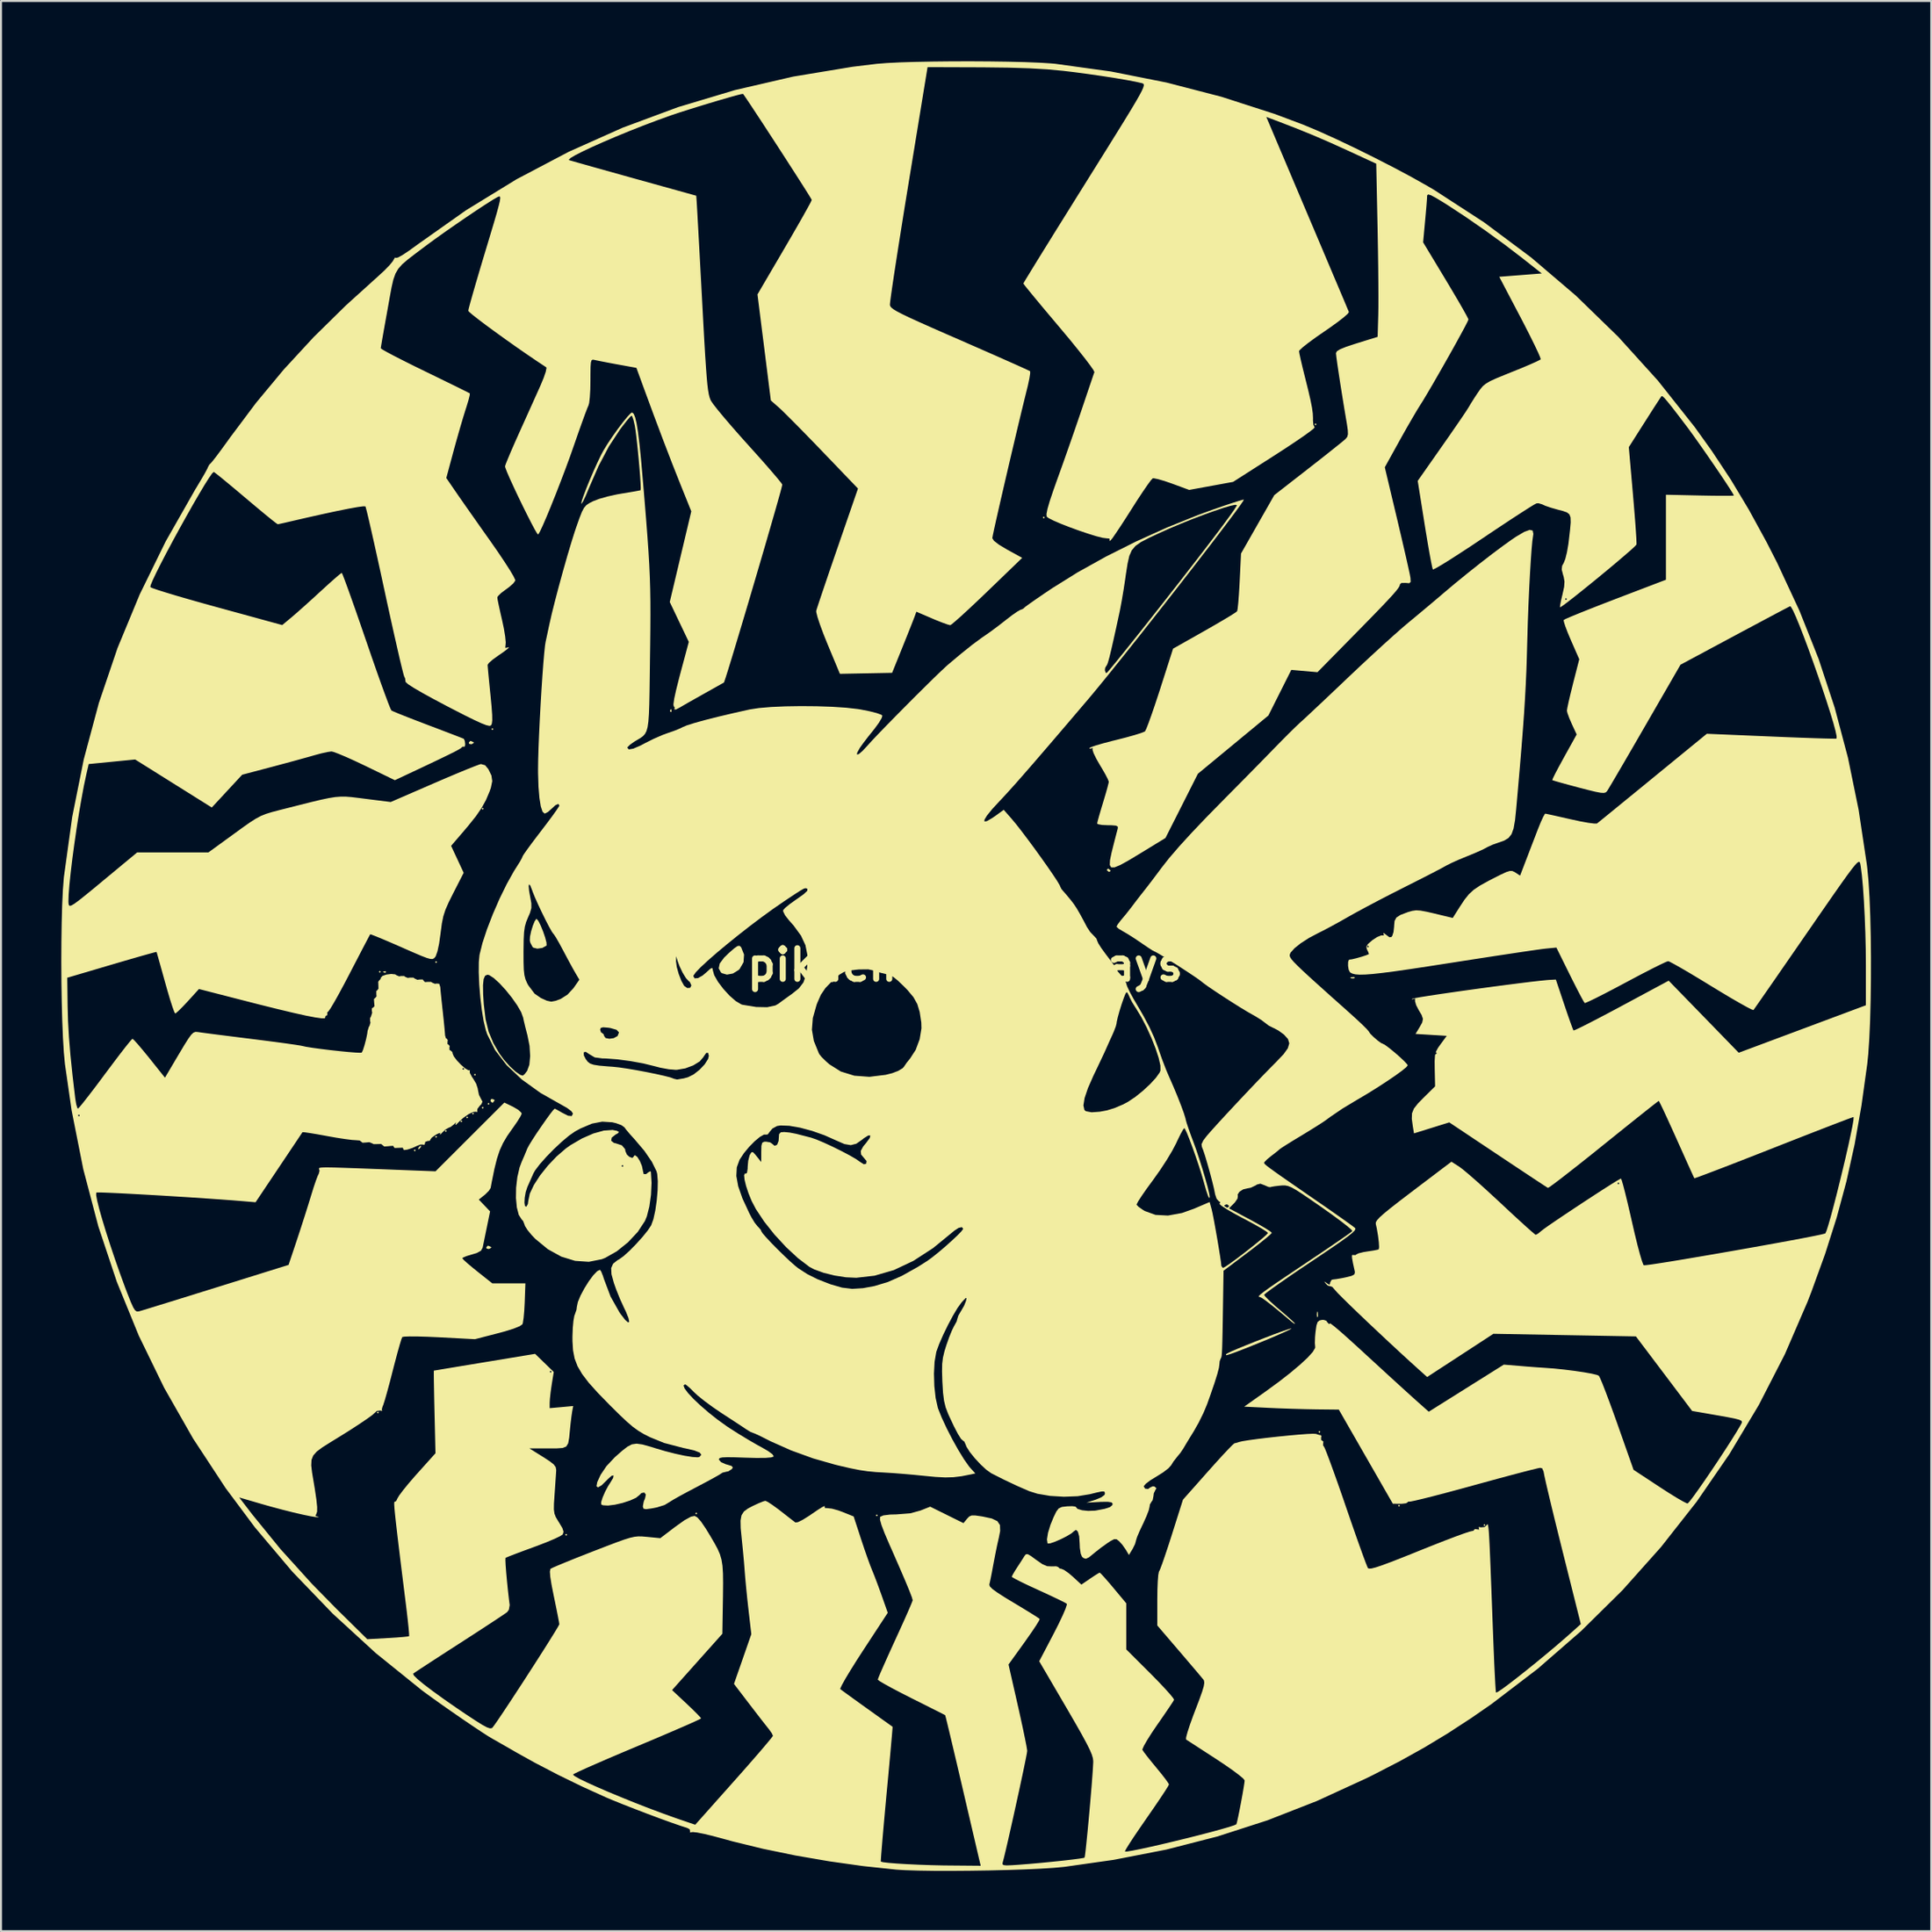
<source format=kicad_pcb>
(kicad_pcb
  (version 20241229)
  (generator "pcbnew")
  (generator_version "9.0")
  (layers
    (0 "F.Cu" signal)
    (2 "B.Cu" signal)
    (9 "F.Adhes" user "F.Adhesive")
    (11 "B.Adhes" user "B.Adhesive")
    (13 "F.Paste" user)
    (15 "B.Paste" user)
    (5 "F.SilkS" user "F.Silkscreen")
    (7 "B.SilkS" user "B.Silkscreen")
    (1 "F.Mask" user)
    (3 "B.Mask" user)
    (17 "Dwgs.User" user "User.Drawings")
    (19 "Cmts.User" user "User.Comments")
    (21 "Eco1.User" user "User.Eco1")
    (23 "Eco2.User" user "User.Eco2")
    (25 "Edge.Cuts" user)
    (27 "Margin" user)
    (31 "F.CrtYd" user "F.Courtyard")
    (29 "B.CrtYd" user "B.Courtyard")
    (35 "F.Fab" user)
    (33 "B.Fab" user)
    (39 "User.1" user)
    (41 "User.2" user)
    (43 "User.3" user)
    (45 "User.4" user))
  (footprint "pikachu_9090_rays"
    (layer "F.Cu")
    (at 44.963 44.957)
    (property "Reference" "pikachu_9090_rays" (at 0 0 0) (layer "F.SilkS") (effects (font (size 1.524 1.524) (thickness 0.3))))
    (attr board_only exclude_from_pos_files exclude_from_bom)
    (fp_poly (pts (xy -29.167 22.261) (xy -29.215 22.31) (xy -29.263 22.261) (xy -29.215 22.213)) (stroke (width 0) (type solid)) (fill yes) (layer "F.SilkS"))
    (fp_poly (pts (xy -29.07 0.338) (xy -29.118 0.386) (xy -29.167 0.338) (xy -29.118 0.29)) (stroke (width 0) (type solid)) (fill yes) (layer "F.SilkS"))
    (fp_poly (pts (xy -27.332 9.223) (xy -27.38 9.271) (xy -27.428 9.223) (xy -27.38 9.175)) (stroke (width 0) (type solid)) (fill yes) (layer "F.SilkS"))
    (fp_poly (pts (xy -26.269 -0.145) (xy -26.317 -0.097) (xy -26.366 -0.145) (xy -26.317 -0.193)) (stroke (width 0) (type solid)) (fill yes) (layer "F.SilkS"))
    (fp_poly (pts (xy -26.269 8.547) (xy -26.317 8.595) (xy -26.366 8.547) (xy -26.317 8.499)) (stroke (width 0) (type solid)) (fill yes) (layer "F.SilkS"))
    (fp_poly (pts (xy -25.786 8.257) (xy -25.835 8.306) (xy -25.883 8.257) (xy -25.835 8.209)) (stroke (width 0) (type solid)) (fill yes) (layer "F.SilkS"))
    (fp_poly (pts (xy -25.014 7.775) (xy -25.062 7.823) (xy -25.11 7.775) (xy -25.062 7.726)) (stroke (width 0) (type solid)) (fill yes) (layer "F.SilkS"))
    (fp_poly (pts (xy -24.724 7.581) (xy -24.772 7.63) (xy -24.821 7.581) (xy -24.772 7.533)) (stroke (width 0) (type solid)) (fill yes) (layer "F.SilkS"))
    (fp_poly (pts (xy -24.434 7.388) (xy -24.483 7.437) (xy -24.531 7.388) (xy -24.483 7.34)) (stroke (width 0) (type solid)) (fill yes) (layer "F.SilkS"))
    (fp_poly (pts (xy -24.338 5.457) (xy -24.386 5.505) (xy -24.434 5.457) (xy -24.386 5.408)) (stroke (width 0) (type solid)) (fill yes) (layer "F.SilkS"))
    (fp_poly (pts (xy -23.951 -7.775) (xy -24 -7.726) (xy -24.048 -7.775) (xy -24 -7.823)) (stroke (width 0) (type solid)) (fill yes) (layer "F.SilkS"))
    (fp_poly (pts (xy -23.951 7.098) (xy -24 7.147) (xy -24.048 7.098) (xy -24 7.05)) (stroke (width 0) (type solid)) (fill yes) (layer "F.SilkS"))
    (fp_poly (pts (xy -23.662 6.905) (xy -23.71 6.954) (xy -23.758 6.905) (xy -23.71 6.857)) (stroke (width 0) (type solid)) (fill yes) (layer "F.SilkS"))
    (fp_poly (pts (xy -23.468 -11.734) (xy -23.517 -11.686) (xy -23.565 -11.734) (xy -23.517 -11.783)) (stroke (width 0) (type solid)) (fill yes) (layer "F.SilkS"))
    (fp_poly (pts (xy -19.798 28.346) (xy -19.847 28.394) (xy -19.895 28.346) (xy -19.847 28.297)) (stroke (width 0) (type solid)) (fill yes) (layer "F.SilkS"))
    (fp_poly (pts (xy -13.328 27.283) (xy -13.376 27.332) (xy -13.424 27.283) (xy -13.376 27.235)) (stroke (width 0) (type solid)) (fill yes) (layer "F.SilkS"))
    (fp_poly (pts (xy -4.346 27.38) (xy -4.394 27.428) (xy -4.443 27.38) (xy -4.394 27.332)) (stroke (width 0) (type solid)) (fill yes) (layer "F.SilkS"))
    (fp_poly (pts (xy 3.96 -22.261) (xy 3.911 -22.213) (xy 3.863 -22.261) (xy 3.911 -22.31)) (stroke (width 0) (type solid)) (fill yes) (layer "F.SilkS"))
    (fp_poly (pts (xy 17.481 -26.897) (xy 17.432 -26.849) (xy 17.384 -26.897) (xy 17.432 -26.945)) (stroke (width 0) (type solid)) (fill yes) (layer "F.SilkS"))
    (fp_poly (pts (xy 17.674 23.227) (xy 17.625 23.275) (xy 17.577 23.227) (xy 17.625 23.179)) (stroke (width 0) (type solid)) (fill yes) (layer "F.SilkS"))
    (fp_poly (pts (xy 21.633 26.897) (xy 21.585 26.945) (xy 21.537 26.897) (xy 21.585 26.849)) (stroke (width 0) (type solid)) (fill yes) (layer "F.SilkS"))
    (fp_poly (pts (xy 25.883 27.863) (xy 25.835 27.911) (xy 25.786 27.863) (xy 25.835 27.814)) (stroke (width 0) (type solid)) (fill yes) (layer "F.SilkS"))
    (fp_poly (pts (xy -28.812 0.322) (xy -28.826 0.379) (xy -28.877 0.386) (xy -28.956 0.351) (xy -28.941 0.322) (xy -28.827 0.31)) (stroke (width 0) (type solid)) (fill yes) (layer "F.SilkS"))
    (fp_poly (pts (xy -14.615 -12.716) (xy -14.604 -12.601) (xy -14.615 -12.587) (xy -14.673 -12.601) (xy -14.68 -12.652) (xy -14.645 -12.731)) (stroke (width 0) (type solid)) (fill yes) (layer "F.SilkS"))
    (fp_poly (pts (xy 17.545 17.263) (xy 17.557 17.461) (xy 17.545 17.505) (xy 17.509 17.517) (xy 17.496 17.384) (xy 17.511 17.247)) (stroke (width 0) (type solid)) (fill yes) (layer "F.SilkS"))
    (fp_poly (pts (xy 19.386 0.618) (xy 19.357 0.662) (xy 19.259 0.668) (xy 19.156 0.645) (xy 19.201 0.61) (xy 19.352 0.599)) (stroke (width 0) (type solid)) (fill yes) (layer "F.SilkS"))
    (fp_poly (pts (xy -27.072 9.044) (xy -27.09 9.078) (xy -27.181 9.171) (xy -27.198 9.175) (xy -27.205 9.113) (xy -27.187 9.078) (xy -27.096 8.986) (xy -27.079 8.982)) (stroke (width 0) (type solid)) (fill yes) (layer "F.SilkS"))
    (fp_poly (pts (xy -24.563 -11.135) (xy -24.446 -11.075) (xy -24.434 -11.058) (xy -24.509 -11.005) (xy -24.563 -10.981) (xy -24.676 -11.004) (xy -24.692 -11.058) (xy -24.624 -11.143)) (stroke (width 0) (type solid)) (fill yes) (layer "F.SilkS"))
    (fp_poly (pts (xy -23.694 13.975) (xy -23.577 14.036) (xy -23.565 14.052) (xy -23.639 14.106) (xy -23.694 14.129) (xy -23.807 14.106) (xy -23.823 14.052) (xy -23.755 13.967)) (stroke (width 0) (type solid)) (fill yes) (layer "F.SilkS"))
    (fp_poly (pts (xy -23.412 6.709) (xy -23.42 6.76) (xy -23.503 6.852) (xy -23.517 6.857) (xy -23.594 6.79) (xy -23.613 6.76) (xy -23.59 6.679) (xy -23.517 6.664)) (stroke (width 0) (type solid)) (fill yes) (layer "F.SilkS"))
    (fp_poly (pts (xy 7.147 -4.781) (xy 7.239 -4.694) (xy 7.243 -4.678) (xy 7.169 -4.637) (xy 7.147 -4.636) (xy 7.054 -4.71) (xy 7.05 -4.738) (xy 7.109 -4.796)) (stroke (width 0) (type solid)) (fill yes) (layer "F.SilkS"))
    (fp_poly (pts (xy -11.15 -0.892) (xy -11.142 -0.881) (xy -10.996 -0.519) (xy -11.022 -0.141) (xy -11.216 0.196) (xy -11.265 0.246) (xy -11.549 0.423) (xy -11.851 0.479) (xy -12.103 0.406) (xy -12.15 0.367) (xy -12.259 0.166) (xy -12.208 -0.073) (xy -11.992 -0.365) (xy -11.761 -0.59) (xy -11.493 -0.824) (xy -11.327 -0.94) (xy -11.225 -0.957)) (stroke (width 0) (type solid)) (fill yes) (layer "F.SilkS"))
    (fp_poly (pts (xy -21.228 -2.189) (xy -21.115 -1.963) (xy -20.996 -1.671) (xy -20.893 -1.37) (xy -20.827 -1.119) (xy -20.82 -0.974) (xy -20.826 -0.964) (xy -21.033 -0.849) (xy -21.282 -0.813) (xy -21.483 -0.864) (xy -21.518 -0.895) (xy -21.629 -1.107) (xy -21.656 -1.215) (xy -21.646 -1.411) (xy -21.59 -1.676) (xy -21.507 -1.951) (xy -21.416 -2.175) (xy -21.336 -2.289) (xy -21.316 -2.292)) (stroke (width 0) (type solid)) (fill yes) (layer "F.SilkS"))
    (fp_poly (pts (xy 16.181 18.122) (xy 15.979 18.221) (xy 15.663 18.362) (xy 15.266 18.533) (xy 14.821 18.719) (xy 14.361 18.906) (xy 13.919 19.083) (xy 13.527 19.234) (xy 13.22 19.346) (xy 13.029 19.406) (xy 12.99 19.413) (xy 12.973 19.371) (xy 13.038 19.323) (xy 13.222 19.233) (xy 13.532 19.099) (xy 13.932 18.934) (xy 14.385 18.752) (xy 14.856 18.568) (xy 15.309 18.395) (xy 15.708 18.247) (xy 16.018 18.139) (xy 16.202 18.083) (xy 16.235 18.079)) (stroke (width 0) (type solid)) (fill yes) (layer "F.SilkS"))
    (fp_poly (pts (xy -16.486 -27.418) (xy -16.413 -27.241) (xy -16.343 -26.944) (xy -16.273 -26.513) (xy -16.202 -25.932) (xy -16.126 -25.188) (xy -16.046 -24.288) (xy -15.95 -23.144) (xy -15.87 -22.164) (xy -15.805 -21.318) (xy -15.753 -20.577) (xy -15.713 -19.912) (xy -15.685 -19.294) (xy -15.667 -18.693) (xy -15.657 -18.082) (xy -15.655 -17.43) (xy -15.659 -16.708) (xy -15.668 -15.888) (xy -15.676 -15.322) (xy -15.688 -14.372) (xy -15.699 -13.596) (xy -15.712 -12.974) (xy -15.73 -12.487) (xy -15.757 -12.114) (xy -15.797 -11.837) (xy -15.853 -11.636) (xy -15.929 -11.491) (xy -16.027 -11.383) (xy -16.153 -11.292) (xy -16.309 -11.199) (xy -16.442 -11.12) (xy -16.663 -10.966) (xy -16.791 -10.841) (xy -16.805 -10.809) (xy -16.73 -10.725) (xy -16.509 -10.763) (xy -16.146 -10.919) (xy -15.903 -11.047) (xy -15.5 -11.249) (xy -15.068 -11.438) (xy -14.776 -11.545) (xy -14.447 -11.66) (xy -14.169 -11.774) (xy -14.052 -11.833) (xy -13.844 -11.921) (xy -13.466 -12.04) (xy -12.94 -12.186) (xy -12.285 -12.352) (xy -11.522 -12.532) (xy -10.72 -12.712) (xy -10.261 -12.783) (xy -9.654 -12.835) (xy -8.942 -12.867) (xy -8.169 -12.879) (xy -7.379 -12.872) (xy -6.615 -12.846) (xy -5.921 -12.8) (xy -5.341 -12.734) (xy -5.196 -12.711) (xy -4.752 -12.622) (xy -4.4 -12.533) (xy -4.177 -12.453) (xy -4.117 -12.407) (xy -4.153 -12.281) (xy -4.289 -12.052) (xy -4.499 -11.764) (xy -4.572 -11.672) (xy -4.834 -11.344) (xy -5.068 -11.038) (xy -5.231 -10.811) (xy -5.248 -10.784) (xy -5.372 -10.558) (xy -5.378 -10.464) (xy -5.281 -10.498) (xy -5.099 -10.654) (xy -4.854 -10.918) (xy -4.647 -11.147) (xy -4.33 -11.482) (xy -3.928 -11.898) (xy -3.467 -12.368) (xy -2.974 -12.867) (xy -2.475 -13.368) (xy -1.995 -13.844) (xy -1.562 -14.27) (xy -1.2 -14.619) (xy -1.15 -14.666) (xy 6.954 -14.666) (xy 6.991 -14.537) (xy 7.048 -14.533) (xy 7.128 -14.621) (xy 7.313 -14.841) (xy 7.588 -15.177) (xy 7.938 -15.61) (xy 8.348 -16.122) (xy 8.803 -16.693) (xy 9.104 -17.074) (xy 9.887 -18.067) (xy 10.614 -18.995) (xy 11.278 -19.849) (xy 11.871 -20.617) (xy 12.385 -21.29) (xy 12.813 -21.858) (xy 13.146 -22.311) (xy 13.379 -22.64) (xy 13.502 -22.833) (xy 13.521 -22.878) (xy 13.437 -22.894) (xy 13.202 -22.844) (xy 12.844 -22.738) (xy 12.391 -22.585) (xy 11.869 -22.397) (xy 11.307 -22.183) (xy 10.731 -21.952) (xy 10.169 -21.715) (xy 9.658 -21.485) (xy 9.129 -21.238) (xy 8.743 -21.038) (xy 8.473 -20.847) (xy 8.29 -20.63) (xy 8.168 -20.349) (xy 8.081 -19.967) (xy 8 -19.447) (xy 7.961 -19.171) (xy 7.884 -18.67) (xy 7.798 -18.158) (xy 7.716 -17.718) (xy 7.688 -17.577) (xy 7.512 -16.765) (xy 7.37 -16.125) (xy 7.259 -15.639) (xy 7.173 -15.289) (xy 7.109 -15.06) (xy 7.062 -14.932) (xy 7.03 -14.889) (xy 6.967 -14.779) (xy 6.954 -14.666) (xy -1.15 -14.666) (xy -0.937 -14.864) (xy -0.869 -14.925) (xy -0.219 -15.472) (xy 0.355 -15.931) (xy 0.828 -16.281) (xy 0.965 -16.374) (xy 1.257 -16.578) (xy 1.624 -16.85) (xy 1.991 -17.135) (xy 2.028 -17.165) (xy 2.33 -17.398) (xy 2.583 -17.574) (xy 2.744 -17.666) (xy 2.769 -17.672) (xy 2.899 -17.727) (xy 2.913 -17.748) (xy 3.001 -17.824) (xy 3.223 -17.986) (xy 3.553 -18.217) (xy 3.964 -18.498) (xy 4.346 -18.754) (xy 5.606 -19.539) (xy 7.009 -20.319) (xy 8.505 -21.069) (xy 10.044 -21.765) (xy 11.578 -22.384) (xy 12.351 -22.665) (xy 12.851 -22.838) (xy 13.283 -22.982) (xy 13.616 -23.088) (xy 13.819 -23.147) (xy 13.868 -23.154) (xy 13.823 -23.067) (xy 13.669 -22.845) (xy 13.419 -22.502) (xy 13.083 -22.053) (xy 12.674 -21.513) (xy 12.203 -20.897) (xy 11.682 -20.221) (xy 11.123 -19.499) (xy 10.537 -18.747) (xy 9.937 -17.98) (xy 9.333 -17.212) (xy 8.739 -16.459) (xy 8.164 -15.735) (xy 7.622 -15.057) (xy 7.124 -14.438) (xy 6.681 -13.894) (xy 6.306 -13.441) (xy 6.13 -13.231) (xy 5.261 -12.211) (xy 4.507 -11.328) (xy 3.857 -10.571) (xy 3.302 -9.928) (xy 2.832 -9.389) (xy 2.438 -8.943) (xy 2.109 -8.578) (xy 1.837 -8.283) (xy 1.714 -8.154) (xy 1.339 -7.746) (xy 1.087 -7.435) (xy 0.962 -7.229) (xy 0.964 -7.136) (xy 1.095 -7.162) (xy 1.358 -7.317) (xy 1.525 -7.433) (xy 1.921 -7.72) (xy 2.306 -7.282) (xy 2.527 -7.017) (xy 2.807 -6.66) (xy 3.125 -6.239) (xy 3.462 -5.783) (xy 3.796 -5.32) (xy 4.108 -4.879) (xy 4.377 -4.487) (xy 4.583 -4.174) (xy 4.706 -3.966) (xy 4.732 -3.9) (xy 4.791 -3.782) (xy 4.877 -3.678) (xy 5.03 -3.504) (xy 5.228 -3.265) (xy 5.276 -3.206) (xy 5.419 -3.018) (xy 5.556 -2.81) (xy 5.713 -2.54) (xy 5.917 -2.164) (xy 6.064 -1.883) (xy 6.223 -1.641) (xy 6.391 -1.467) (xy 6.533 -1.314) (xy 6.567 -1.213) (xy 6.624 -1.081) (xy 6.773 -0.845) (xy 6.987 -0.55) (xy 7.048 -0.47) (xy 7.272 -0.176) (xy 7.441 0.06) (xy 7.526 0.198) (xy 7.531 0.213) (xy 7.594 0.32) (xy 7.747 0.495) (xy 7.775 0.522) (xy 7.938 0.729) (xy 8.015 0.91) (xy 8.016 0.924) (xy 8.064 1.073) (xy 8.191 1.34) (xy 8.376 1.68) (xy 8.488 1.87) (xy 8.872 2.53) (xy 9.168 3.087) (xy 9.4 3.594) (xy 9.595 4.105) (xy 9.66 4.298) (xy 9.818 4.746) (xy 10.003 5.222) (xy 10.144 5.553) (xy 10.358 6.04) (xy 10.563 6.532) (xy 10.742 6.988) (xy 10.88 7.366) (xy 10.96 7.624) (xy 10.971 7.678) (xy 11.017 7.848) (xy 11.117 8.148) (xy 11.254 8.53) (xy 11.35 8.785) (xy 11.495 9.184) (xy 11.651 9.652) (xy 11.807 10.146) (xy 11.949 10.624) (xy 12.065 11.044) (xy 12.142 11.363) (xy 12.169 11.533) (xy 12.148 11.605) (xy 12.09 11.502) (xy 11.999 11.237) (xy 11.88 10.824) (xy 11.876 10.806) (xy 11.765 10.424) (xy 11.625 9.983) (xy 11.468 9.518) (xy 11.308 9.067) (xy 11.157 8.665) (xy 11.03 8.349) (xy 10.938 8.156) (xy 10.903 8.113) (xy 10.839 8.194) (xy 10.719 8.412) (xy 10.564 8.726) (xy 10.498 8.87) (xy 10.304 9.241) (xy 10.025 9.706) (xy 9.697 10.207) (xy 9.356 10.688) (xy 9.326 10.729) (xy 9.032 11.13) (xy 8.789 11.479) (xy 8.616 11.747) (xy 8.534 11.904) (xy 8.531 11.927) (xy 8.628 12.03) (xy 8.835 12.176) (xy 8.941 12.24) (xy 9.471 12.432) (xy 10.093 12.465) (xy 10.791 12.337) (xy 11.385 12.125) (xy 12.164 11.792) (xy 12.263 12.149) (xy 12.31 12.352) (xy 12.375 12.689) (xy 12.453 13.113) (xy 12.535 13.58) (xy 12.613 14.044) (xy 12.68 14.46) (xy 12.727 14.782) (xy 12.748 14.966) (xy 12.748 14.977) (xy 12.819 15.065) (xy 12.834 15.066) (xy 12.944 15.01) (xy 13.167 14.858) (xy 13.47 14.638) (xy 13.818 14.375) (xy 14.178 14.094) (xy 14.516 13.824) (xy 14.8 13.589) (xy 14.994 13.415) (xy 15.066 13.33) (xy 14.985 13.258) (xy 14.762 13.116) (xy 14.426 12.923) (xy 14.009 12.697) (xy 13.81 12.592) (xy 13.377 12.359) (xy 13.023 12.154) (xy 12.775 11.994) (xy 12.727 11.953) (xy 12.897 11.953) (xy 12.903 11.992) (xy 13.03 12.071) (xy 13.044 12.072) (xy 13.133 12.007) (xy 13.135 11.992) (xy 13.056 11.92) (xy 12.994 11.911) (xy 12.897 11.953) (xy 12.727 11.953) (xy 12.66 11.895) (xy 12.659 11.874) (xy 12.694 11.797) (xy 12.623 11.755) (xy 12.512 11.63) (xy 12.435 11.4) (xy 12.432 11.379) (xy 12.379 11.117) (xy 12.289 10.748) (xy 12.176 10.322) (xy 12.054 9.888) (xy 11.938 9.499) (xy 11.84 9.203) (xy 11.782 9.06) (xy 11.76 8.917) (xy 11.851 8.724) (xy 12.021 8.503) (xy 12.242 8.249) (xy 12.569 7.886) (xy 12.976 7.444) (xy 13.434 6.952) (xy 13.915 6.44) (xy 14.392 5.937) (xy 14.837 5.473) (xy 15.223 5.078) (xy 15.477 4.823) (xy 15.841 4.44) (xy 16.055 4.141) (xy 16.127 3.898) (xy 16.063 3.685) (xy 15.872 3.472) (xy 15.839 3.444) (xy 15.593 3.265) (xy 15.367 3.143) (xy 15.34 3.134) (xy 15.104 3.015) (xy 14.936 2.887) (xy 14.736 2.735) (xy 14.448 2.555) (xy 14.301 2.473) (xy 14.041 2.325) (xy 13.685 2.109) (xy 13.273 1.85) (xy 12.845 1.574) (xy 12.44 1.308) (xy 12.098 1.076) (xy 11.859 0.903) (xy 11.783 0.842) (xy 11.641 0.733) (xy 11.385 0.556) (xy 11.05 0.333) (xy 10.672 0.087) (xy 10.289 -0.158) (xy 9.935 -0.379) (xy 9.647 -0.553) (xy 9.461 -0.657) (xy 9.414 -0.676) (xy 9.318 -0.727) (xy 9.107 -0.863) (xy 8.822 -1.056) (xy 8.764 -1.097) (xy 8.421 -1.328) (xy 8.094 -1.536) (xy 7.853 -1.676) (xy 7.847 -1.679) (xy 7.641 -1.802) (xy 7.537 -1.898) (xy 7.533 -1.91) (xy 7.591 -2.021) (xy 7.735 -2.211) (xy 7.785 -2.27) (xy 8.016 -2.547) (xy 8.255 -2.852) (xy 8.289 -2.897) (xy 8.519 -3.201) (xy 8.754 -3.505) (xy 8.786 -3.544) (xy 9.048 -3.879) (xy 9.285 -4.186) (xy 9.547 -4.535) (xy 9.766 -4.829) (xy 10.154 -5.322) (xy 10.655 -5.904) (xy 11.277 -6.585) (xy 12.029 -7.375) (xy 12.919 -8.281) (xy 12.941 -8.304) (xy 13.454 -8.821) (xy 14.003 -9.377) (xy 14.543 -9.926) (xy 15.029 -10.423) (xy 15.356 -10.759) (xy 15.742 -11.153) (xy 16.11 -11.523) (xy 16.426 -11.833) (xy 16.654 -12.05) (xy 16.708 -12.098) (xy 16.865 -12.24) (xy 17.14 -12.496) (xy 17.512 -12.845) (xy 17.96 -13.266) (xy 18.461 -13.741) (xy 18.995 -14.248) (xy 19.074 -14.323) (xy 19.651 -14.868) (xy 20.237 -15.413) (xy 20.802 -15.931) (xy 21.315 -16.394) (xy 21.748 -16.775) (xy 22.055 -17.036) (xy 22.518 -17.42) (xy 23.023 -17.842) (xy 23.5 -18.244) (xy 23.794 -18.495) (xy 24.356 -18.969) (xy 24.969 -19.468) (xy 25.596 -19.967) (xy 26.202 -20.436) (xy 26.753 -20.848) (xy 27.212 -21.176) (xy 27.414 -21.311) (xy 27.815 -21.547) (xy 28.087 -21.647) (xy 28.235 -21.612) (xy 28.269 -21.443) (xy 28.256 -21.356) (xy 28.219 -21.097) (xy 28.18 -20.673) (xy 28.14 -20.112) (xy 28.099 -19.443) (xy 28.06 -18.693) (xy 28.024 -17.891) (xy 27.993 -17.064) (xy 27.969 -16.241) (xy 27.963 -16.032) (xy 27.944 -15.312) (xy 27.921 -14.629) (xy 27.891 -13.955) (xy 27.854 -13.265) (xy 27.808 -12.532) (xy 27.75 -11.729) (xy 27.68 -10.831) (xy 27.595 -9.81) (xy 27.493 -8.641) (xy 27.416 -7.775) (xy 27.357 -7.204) (xy 27.285 -6.794) (xy 27.183 -6.51) (xy 27.033 -6.32) (xy 26.819 -6.189) (xy 26.538 -6.09) (xy 26.236 -5.983) (xy 25.983 -5.867) (xy 25.938 -5.841) (xy 25.757 -5.746) (xy 25.453 -5.609) (xy 25.081 -5.453) (xy 24.965 -5.407) (xy 24.569 -5.244) (xy 24.207 -5.082) (xy 23.946 -4.951) (xy 23.903 -4.927) (xy 23.73 -4.831) (xy 23.414 -4.665) (xy 22.989 -4.445) (xy 22.484 -4.188) (xy 21.931 -3.909) (xy 21.827 -3.856) (xy 21.207 -3.542) (xy 20.573 -3.214) (xy 19.971 -2.896) (xy 19.45 -2.615) (xy 19.074 -2.404) (xy 18.624 -2.149) (xy 18.173 -1.902) (xy 17.783 -1.697) (xy 17.577 -1.594) (xy 17.111 -1.348) (xy 16.702 -1.086) (xy 16.384 -0.832) (xy 16.19 -0.613) (xy 16.148 -0.512) (xy 16.148 -0.453) (xy 16.174 -0.381) (xy 16.238 -0.284) (xy 16.353 -0.15) (xy 16.533 0.033) (xy 16.789 0.278) (xy 17.134 0.597) (xy 17.582 1.002) (xy 18.144 1.507) (xy 18.834 2.122) (xy 19.107 2.366) (xy 19.465 2.69) (xy 19.765 2.972) (xy 19.979 3.184) (xy 20.081 3.302) (xy 20.086 3.314) (xy 20.155 3.417) (xy 20.32 3.582) (xy 20.518 3.753) (xy 20.691 3.879) (xy 20.764 3.911) (xy 20.883 3.971) (xy 21.093 4.126) (xy 21.353 4.338) (xy 21.618 4.569) (xy 21.845 4.782) (xy 21.99 4.939) (xy 22.019 4.993) (xy 21.941 5.09) (xy 21.725 5.266) (xy 21.399 5.503) (xy 20.99 5.781) (xy 20.527 6.082) (xy 20.039 6.387) (xy 19.552 6.676) (xy 19.509 6.7) (xy 18.773 7.143) (xy 18.153 7.565) (xy 17.963 7.706) (xy 17.787 7.827) (xy 17.486 8.02) (xy 17.105 8.257) (xy 16.708 8.499) (xy 16.314 8.737) (xy 15.983 8.942) (xy 15.749 9.092) (xy 15.647 9.165) (xy 15.646 9.166) (xy 15.545 9.254) (xy 15.346 9.411) (xy 15.235 9.494) (xy 15.021 9.669) (xy 14.891 9.803) (xy 14.873 9.839) (xy 14.883 9.87) (xy 14.924 9.918) (xy 15.012 9.994) (xy 15.162 10.108) (xy 15.39 10.273) (xy 15.71 10.5) (xy 16.14 10.799) (xy 16.694 11.183) (xy 17.387 11.661) (xy 17.577 11.792) (xy 18.087 12.145) (xy 18.548 12.468) (xy 18.934 12.741) (xy 19.22 12.947) (xy 19.38 13.068) (xy 19.4 13.085) (xy 19.417 13.138) (xy 19.372 13.218) (xy 19.249 13.338) (xy 19.034 13.51) (xy 18.712 13.744) (xy 18.268 14.051) (xy 17.686 14.445) (xy 17.203 14.769) (xy 16.608 15.168) (xy 16.07 15.535) (xy 15.608 15.857) (xy 15.242 16.117) (xy 14.992 16.304) (xy 14.878 16.401) (xy 14.873 16.41) (xy 14.943 16.504) (xy 15.13 16.692) (xy 15.405 16.942) (xy 15.646 17.149) (xy 15.964 17.422) (xy 16.219 17.648) (xy 16.379 17.8) (xy 16.418 17.849) (xy 16.357 17.834) (xy 16.249 17.754) (xy 15.693 17.287) (xy 15.268 16.94) (xy 14.962 16.702) (xy 14.763 16.563) (xy 14.658 16.515) (xy 14.654 16.515) (xy 14.607 16.503) (xy 14.618 16.462) (xy 14.701 16.38) (xy 14.868 16.249) (xy 15.135 16.056) (xy 15.516 15.793) (xy 16.023 15.45) (xy 16.672 15.015) (xy 17.019 14.782) (xy 17.598 14.394) (xy 18.123 14.039) (xy 18.574 13.731) (xy 18.929 13.484) (xy 19.166 13.315) (xy 19.264 13.236) (xy 19.265 13.235) (xy 19.205 13.157) (xy 19.009 12.989) (xy 18.698 12.747) (xy 18.296 12.45) (xy 17.827 12.116) (xy 17.722 12.042) (xy 17.179 11.666) (xy 16.769 11.387) (xy 16.464 11.191) (xy 16.239 11.065) (xy 16.066 10.995) (xy 15.92 10.966) (xy 15.774 10.967) (xy 15.673 10.975) (xy 15.399 11.007) (xy 15.219 11.039) (xy 15.184 11.053) (xy 15.084 11.039) (xy 14.899 10.958) (xy 14.689 10.879) (xy 14.523 10.92) (xy 14.449 10.967) (xy 14.214 11.079) (xy 14.055 11.11) (xy 13.833 11.162) (xy 13.647 11.281) (xy 13.556 11.421) (xy 13.568 11.491) (xy 13.55 11.622) (xy 13.421 11.81) (xy 13.381 11.852) (xy 13.128 12.106) (xy 14.193 12.675) (xy 14.598 12.898) (xy 14.932 13.092) (xy 15.163 13.24) (xy 15.259 13.32) (xy 15.259 13.323) (xy 15.186 13.405) (xy 14.984 13.58) (xy 14.679 13.827) (xy 14.298 14.123) (xy 14.057 14.306) (xy 12.855 15.211) (xy 12.829 16.901) (xy 12.817 17.679) (xy 12.806 18.285) (xy 12.796 18.743) (xy 12.786 19.073) (xy 12.774 19.299) (xy 12.761 19.441) (xy 12.744 19.522) (xy 12.724 19.564) (xy 12.715 19.575) (xy 12.664 19.712) (xy 12.652 19.85) (xy 12.626 20.044) (xy 12.544 20.357) (xy 12.403 20.807) (xy 12.196 21.408) (xy 12.035 21.858) (xy 11.857 22.283) (xy 11.621 22.763) (xy 11.379 23.19) (xy 11.169 23.531) (xy 10.988 23.829) (xy 10.869 24.03) (xy 10.854 24.056) (xy 10.707 24.274) (xy 10.552 24.462) (xy 10.367 24.698) (xy 10.248 24.889) (xy 10.112 25.04) (xy 9.856 25.237) (xy 9.535 25.439) (xy 9.512 25.453) (xy 9.208 25.639) (xy 8.986 25.809) (xy 8.887 25.929) (xy 8.885 25.939) (xy 8.956 26.052) (xy 9.102 26.068) (xy 9.221 25.984) (xy 9.346 25.932) (xy 9.426 25.948) (xy 9.517 26.03) (xy 9.471 26.108) (xy 9.387 26.282) (xy 9.368 26.428) (xy 9.329 26.624) (xy 9.271 26.704) (xy 9.191 26.84) (xy 9.175 26.954) (xy 9.134 27.128) (xy 9.024 27.417) (xy 8.869 27.762) (xy 8.837 27.828) (xy 8.677 28.168) (xy 8.557 28.451) (xy 8.501 28.626) (xy 8.499 28.644) (xy 8.451 28.812) (xy 8.336 29.043) (xy 8.324 29.063) (xy 8.149 29.351) (xy 7.993 29.087) (xy 7.819 28.839) (xy 7.656 28.659) (xy 7.534 28.568) (xy 7.417 28.563) (xy 7.24 28.654) (xy 7.093 28.75) (xy 6.775 28.977) (xy 6.461 29.223) (xy 6.395 29.279) (xy 6.158 29.47) (xy 6.006 29.54) (xy 5.888 29.503) (xy 5.814 29.437) (xy 5.75 29.282) (xy 5.708 29.004) (xy 5.698 28.767) (xy 5.674 28.419) (xy 5.609 28.188) (xy 5.517 28.101) (xy 5.421 28.164) (xy 5.284 28.28) (xy 5.044 28.423) (xy 4.755 28.569) (xy 4.467 28.693) (xy 4.234 28.772) (xy 4.108 28.781) (xy 4.101 28.774) (xy 4.071 28.576) (xy 4.123 28.252) (xy 4.247 27.846) (xy 4.399 27.475) (xy 4.539 27.187) (xy 4.659 27.031) (xy 4.815 26.961) (xy 5.064 26.931) (xy 5.069 26.93) (xy 5.328 26.922) (xy 5.484 26.942) (xy 5.505 26.959) (xy 5.592 27.056) (xy 5.816 27.125) (xy 6.122 27.158) (xy 6.454 27.145) (xy 6.525 27.135) (xy 6.946 27.054) (xy 7.203 26.97) (xy 7.323 26.871) (xy 7.34 26.801) (xy 7.284 26.734) (xy 7.097 26.705) (xy 6.751 26.709) (xy 6.688 26.713) (xy 6.036 26.748) (xy 6.495 26.599) (xy 6.774 26.483) (xy 6.934 26.362) (xy 6.954 26.312) (xy 6.947 26.228) (xy 6.904 26.188) (xy 6.784 26.192) (xy 6.55 26.242) (xy 6.2 26.328) (xy 5.596 26.427) (xy 4.915 26.453) (xy 4.225 26.411) (xy 3.595 26.303) (xy 3.187 26.175) (xy 2.58 25.91) (xy 1.912 25.594) (xy 1.3 25.284) (xy 1.056 25.111) (xy 0.767 24.844) (xy 0.476 24.53) (xy 0.228 24.22) (xy 0.066 23.962) (xy 0.035 23.879) (xy -0.04 23.71) (xy -0.105 23.662) (xy -0.204 23.574) (xy -0.36 23.326) (xy -0.564 22.934) (xy -0.805 22.418) (xy -0.853 22.31) (xy -0.969 22.005) (xy -1.048 21.681) (xy -1.098 21.282) (xy -1.13 20.75) (xy -1.132 20.716) (xy -1.147 20.215) (xy -1.14 19.842) (xy -1.102 19.531) (xy -1.028 19.219) (xy -0.929 18.901) (xy -0.794 18.519) (xy -0.659 18.187) (xy -0.551 17.965) (xy -0.534 17.938) (xy -0.422 17.733) (xy -0.386 17.6) (xy -0.334 17.437) (xy -0.207 17.22) (xy -0.201 17.211) (xy -0.049 16.947) (xy 0.045 16.708) (xy 0.07 16.575) (xy 0.034 16.565) (xy -0.089 16.688) (xy -0.186 16.798) (xy -0.376 17.06) (xy -0.608 17.45) (xy -0.856 17.914) (xy -1.092 18.399) (xy -1.291 18.854) (xy -1.426 19.224) (xy -1.438 19.267) (xy -1.52 19.741) (xy -1.55 20.326) (xy -1.532 20.95) (xy -1.467 21.54) (xy -1.359 22.022) (xy -1.343 22.071) (xy -1.162 22.523) (xy -0.918 23.047) (xy -0.636 23.597) (xy -0.34 24.126) (xy -0.058 24.587) (xy 0.188 24.935) (xy 0.27 25.033) (xy 0.509 25.293) (xy 0.279 25.343) (xy -0.178 25.433) (xy -0.58 25.482) (xy -0.992 25.493) (xy -1.474 25.468) (xy -2.015 25.416) (xy -2.566 25.361) (xy -3.127 25.312) (xy -3.629 25.273) (xy -3.96 25.253) (xy -4.44 25.225) (xy -4.853 25.186) (xy -5.256 25.126) (xy -5.709 25.036) (xy -6.271 24.906) (xy -6.471 24.857) (xy -7.56 24.546) (xy -8.659 24.147) (xy -9.675 23.695) (xy -9.857 23.603) (xy -10.174 23.444) (xy -10.423 23.327) (xy -10.555 23.276) (xy -10.561 23.275) (xy -10.682 23.225) (xy -10.879 23.104) (xy -10.893 23.095) (xy -11.078 22.971) (xy -11.381 22.771) (xy -11.759 22.524) (xy -12.121 22.289) (xy -12.548 21.998) (xy -12.955 21.699) (xy -13.291 21.429) (xy -13.473 21.262) (xy -13.693 21.045) (xy -13.864 20.899) (xy -13.931 20.861) (xy -14.01 20.916) (xy -13.955 21.067) (xy -13.783 21.296) (xy -13.515 21.584) (xy -13.171 21.91) (xy -12.77 22.257) (xy -12.33 22.606) (xy -11.873 22.936) (xy -11.72 23.038) (xy -11.265 23.328) (xy -10.776 23.624) (xy -10.332 23.881) (xy -10.151 23.979) (xy -9.803 24.179) (xy -9.585 24.34) (xy -9.52 24.444) (xy -9.523 24.451) (xy -9.64 24.496) (xy -9.928 24.52) (xy -10.392 24.523) (xy -10.932 24.509) (xy -11.468 24.491) (xy -11.839 24.487) (xy -12.073 24.497) (xy -12.2 24.524) (xy -12.245 24.57) (xy -12.245 24.613) (xy -12.138 24.735) (xy -11.906 24.837) (xy -11.851 24.852) (xy -11.623 24.92) (xy -11.557 24.993) (xy -11.598 25.072) (xy -11.779 25.19) (xy -11.872 25.207) (xy -12.067 25.254) (xy -12.125 25.292) (xy -12.241 25.366) (xy -12.494 25.509) (xy -12.85 25.702) (xy -13.273 25.926) (xy -13.376 25.98) (xy -13.816 26.212) (xy -14.202 26.421) (xy -14.497 26.587) (xy -14.664 26.69) (xy -14.68 26.701) (xy -14.95 26.864) (xy -15.327 26.982) (xy -15.621 27.039) (xy -15.879 27.072) (xy -15.999 27.047) (xy -16.031 26.949) (xy -16.032 26.924) (xy -15.987 26.688) (xy -15.925 26.54) (xy -15.883 26.345) (xy -15.962 26.242) (xy -16.105 26.271) (xy -16.196 26.364) (xy -16.373 26.506) (xy -16.671 26.642) (xy -17.037 26.761) (xy -17.42 26.849) (xy -17.764 26.892) (xy -18.018 26.878) (xy -18.105 26.836) (xy -18.106 26.717) (xy -18.032 26.487) (xy -17.909 26.203) (xy -17.759 25.92) (xy -17.663 25.771) (xy -17.511 25.519) (xy -17.489 25.392) (xy -17.583 25.408) (xy -17.777 25.58) (xy -17.811 25.617) (xy -18.085 25.885) (xy -18.264 25.987) (xy -18.339 25.931) (xy -18.3 25.723) (xy -18.137 25.372) (xy -18.134 25.365) (xy -17.845 24.934) (xy -17.429 24.49) (xy -17.059 24.164) (xy -16.8 23.963) (xy -16.578 23.847) (xy -16.344 23.812) (xy -16.048 23.854) (xy -15.639 23.968) (xy -15.442 24.031) (xy -14.932 24.182) (xy -14.425 24.312) (xy -13.96 24.412) (xy -13.576 24.474) (xy -13.311 24.492) (xy -13.217 24.474) (xy -13.121 24.363) (xy -13.205 24.256) (xy -13.474 24.15) (xy -13.931 24.045) (xy -14.018 24.028) (xy -14.972 23.778) (xy -15.684 23.488) (xy -15.99 23.332) (xy -16.262 23.168) (xy -16.532 22.972) (xy -16.831 22.715) (xy -17.194 22.373) (xy -17.653 21.919) (xy -17.706 21.865) (xy -18.28 21.276) (xy -18.723 20.782) (xy -19.05 20.354) (xy -19.28 19.963) (xy -19.426 19.579) (xy -19.505 19.173) (xy -19.534 18.714) (xy -19.535 18.49) (xy -19.52 18.072) (xy -19.487 17.71) (xy -19.443 17.461) (xy -19.421 17.4) (xy -19.334 17.152) (xy -19.316 17.005) (xy -19.265 16.764) (xy -19.131 16.443) (xy -18.94 16.085) (xy -18.721 15.735) (xy -18.499 15.436) (xy -18.302 15.231) (xy -18.167 15.163) (xy -18.105 15.247) (xy -18.019 15.461) (xy -17.968 15.621) (xy -17.638 16.495) (xy -17.196 17.28) (xy -17.143 17.358) (xy -16.913 17.653) (xy -16.768 17.781) (xy -16.711 17.75) (xy -16.747 17.567) (xy -16.878 17.24) (xy -16.984 17.019) (xy -17.168 16.616) (xy -17.357 16.147) (xy -17.473 15.82) (xy -17.593 15.387) (xy -17.609 15.081) (xy -17.513 14.861) (xy -17.295 14.687) (xy -17.212 14.642) (xy -16.99 14.483) (xy -16.694 14.215) (xy -16.367 13.882) (xy -16.049 13.53) (xy -15.785 13.202) (xy -15.618 12.95) (xy -15.508 12.648) (xy -15.414 12.22) (xy -15.342 11.724) (xy -15.298 11.216) (xy -15.288 10.753) (xy -15.309 10.496) (xy -11.382 10.496) (xy -11.29 11.005) (xy -11.077 11.614) (xy -10.74 12.341) (xy -10.626 12.561) (xy -10.471 12.817) (xy -10.319 13.008) (xy -10.293 13.031) (xy -10.168 13.172) (xy -10.141 13.242) (xy -10.075 13.347) (xy -9.898 13.552) (xy -9.642 13.825) (xy -9.338 14.134) (xy -9.018 14.448) (xy -8.712 14.737) (xy -8.451 14.967) (xy -8.306 15.083) (xy -7.851 15.378) (xy -7.348 15.63) (xy -6.728 15.872) (xy -6.667 15.893) (xy -6.123 16.05) (xy -5.619 16.111) (xy -5.081 16.078) (xy -4.51 15.972) (xy -3.851 15.774) (xy -3.144 15.463) (xy -2.36 15.024) (xy -1.883 14.722) (xy -1.635 14.542) (xy -1.329 14.297) (xy -0.997 14.015) (xy -0.674 13.727) (xy -0.394 13.464) (xy -0.191 13.256) (xy -0.099 13.133) (xy -0.097 13.122) (xy -0.161 13.041) (xy -0.323 13.077) (xy -0.541 13.22) (xy -0.582 13.255) (xy -1.591 14.081) (xy -2.575 14.72) (xy -3.544 15.177) (xy -4.505 15.456) (xy -5.416 15.56) (xy -5.93 15.536) (xy -6.495 15.448) (xy -7.045 15.311) (xy -7.512 15.141) (xy -7.751 15.013) (xy -8.321 14.579) (xy -8.911 14.03) (xy -9.482 13.412) (xy -9.993 12.769) (xy -10.406 12.147) (xy -10.616 11.748) (xy -10.776 11.356) (xy -10.898 10.988) (xy -10.973 10.677) (xy -10.995 10.46) (xy -10.955 10.37) (xy -10.913 10.382) (xy -10.85 10.338) (xy -10.819 10.133) (xy -10.817 10.043) (xy -10.79 9.735) (xy -10.725 9.478) (xy -10.707 9.44) (xy -10.628 9.314) (xy -10.554 9.31) (xy -10.43 9.442) (xy -10.369 9.518) (xy -10.142 9.803) (xy -10.141 9.296) (xy -10.134 9) (xy -10.097 8.849) (xy -10.009 8.795) (xy -9.905 8.789) (xy -9.7 8.824) (xy -9.61 8.885) (xy -9.477 8.996) (xy -9.354 8.944) (xy -9.279 8.754) (xy -9.271 8.644) (xy -9.255 8.416) (xy -9.174 8.324) (xy -9.006 8.308) (xy -8.729 8.335) (xy -8.409 8.397) (xy -8.378 8.405) (xy -8.028 8.495) (xy -7.682 8.584) (xy -7.673 8.586) (xy -7.403 8.679) (xy -7.027 8.837) (xy -6.592 9.038) (xy -6.147 9.258) (xy -5.74 9.473) (xy -5.418 9.66) (xy -5.238 9.787) (xy -5.036 9.915) (xy -4.922 9.886) (xy -4.903 9.753) (xy -5.02 9.612) (xy -5.174 9.43) (xy -5.192 9.25) (xy -5.068 9.025) (xy -4.922 8.848) (xy -4.744 8.607) (xy -4.714 8.481) (xy -4.817 8.48) (xy -5.035 8.617) (xy -5.127 8.692) (xy -5.413 8.891) (xy -5.688 8.962) (xy -6.006 8.907) (xy -6.408 8.732) (xy -6.995 8.47) (xy -7.608 8.254) (xy -8.204 8.094) (xy -8.742 8) (xy -9.177 7.983) (xy -9.359 8.011) (xy -9.589 8.138) (xy -9.715 8.288) (xy -9.815 8.425) (xy -9.881 8.437) (xy -10.007 8.435) (xy -10.216 8.557) (xy -10.474 8.772) (xy -10.747 9.05) (xy -11.003 9.359) (xy -11.209 9.669) (xy -11.223 9.694) (xy -11.359 10.065) (xy -11.382 10.496) (xy -15.309 10.496) (xy -15.318 10.392) (xy -15.349 10.269) (xy -15.583 9.79) (xy -15.955 9.247) (xy -16.437 8.679) (xy -16.673 8.418) (xy -16.862 8.193) (xy -16.949 8.075) (xy -17.095 7.97) (xy -17.361 7.871) (xy -17.556 7.825) (xy -18.052 7.793) (xy -18.562 7.891) (xy -19.129 8.13) (xy -19.404 8.28) (xy -19.705 8.489) (xy -20.069 8.795) (xy -20.458 9.16) (xy -20.834 9.544) (xy -21.158 9.91) (xy -21.392 10.218) (xy -21.477 10.367) (xy -21.624 10.7) (xy -21.77 11.03) (xy -21.778 11.049) (xy -21.861 11.301) (xy -21.909 11.578) (xy -21.922 11.826) (xy -21.896 11.992) (xy -21.828 12.025) (xy -21.827 12.024) (xy -21.752 11.891) (xy -21.73 11.726) (xy -21.656 11.374) (xy -21.453 10.944) (xy -21.146 10.469) (xy -20.769 9.996) (xy -17.094 9.996) (xy -17.046 10.044) (xy -16.998 9.996) (xy -17.046 9.948) (xy -17.094 9.996) (xy -20.769 9.996) (xy -20.762 9.986) (xy -20.327 9.528) (xy -19.868 9.131) (xy -19.637 8.966) (xy -19.058 8.628) (xy -18.491 8.381) (xy -17.973 8.237) (xy -17.539 8.206) (xy -17.314 8.252) (xy -17.22 8.309) (xy -17.282 8.378) (xy -17.387 8.434) (xy -17.58 8.586) (xy -17.609 8.74) (xy -17.474 8.85) (xy -17.384 8.87) (xy -17.075 8.972) (xy -16.917 9.16) (xy -16.901 9.26) (xy -16.826 9.432) (xy -16.708 9.539) (xy -16.557 9.6) (xy -16.515 9.562) (xy -16.444 9.468) (xy -16.421 9.465) (xy -16.31 9.546) (xy -16.184 9.745) (xy -16.08 9.992) (xy -16.032 10.216) (xy -16.032 10.232) (xy -15.989 10.404) (xy -15.868 10.401) (xy -15.762 10.315) (xy -15.659 10.259) (xy -15.633 10.29) (xy -15.599 10.836) (xy -15.627 11.432) (xy -15.708 12.012) (xy -15.835 12.508) (xy -15.93 12.738) (xy -16.286 13.278) (xy -16.771 13.796) (xy -17.328 14.243) (xy -17.903 14.569) (xy -18.075 14.637) (xy -18.721 14.766) (xy -19.401 14.719) (xy -20.089 14.508) (xy -20.758 14.139) (xy -21.384 13.623) (xy -21.574 13.424) (xy -21.77 13.184) (xy -21.897 12.984) (xy -21.923 12.905) (xy -21.991 12.733) (xy -22.06 12.659) (xy -22.206 12.43) (xy -22.301 12.061) (xy -22.345 11.595) (xy -22.337 11.079) (xy -22.277 10.557) (xy -22.166 10.075) (xy -22.065 9.803) (xy -21.925 9.482) (xy -21.8 9.179) (xy -21.779 9.127) (xy -21.693 8.964) (xy -21.531 8.701) (xy -21.32 8.377) (xy -21.083 8.029) (xy -20.849 7.694) (xy -20.642 7.41) (xy -20.489 7.215) (xy -20.417 7.147) (xy -20.321 7.192) (xy -20.125 7.304) (xy -20.066 7.34) (xy -19.754 7.498) (xy -19.569 7.515) (xy -19.509 7.39) (xy -19.589 7.272) (xy -19.796 7.116) (xy -20.016 6.991) (xy -20.025 6.986) (xy 5.885 6.986) (xy 5.935 7.214) (xy 6.012 7.276) (xy 6.296 7.328) (xy 6.707 7.298) (xy 7.059 7.232) (xy 7.426 7.12) (xy 7.841 6.944) (xy 8.104 6.806) (xy 8.469 6.562) (xy 8.846 6.257) (xy 9.198 5.931) (xy 9.487 5.618) (xy 9.673 5.357) (xy 9.718 5.252) (xy 9.715 5.002) (xy 9.629 4.623) (xy 9.476 4.154) (xy 9.271 3.634) (xy 9.029 3.101) (xy 8.764 2.592) (xy 8.494 2.146) (xy 8.469 2.111) (xy 8.303 1.843) (xy 8.184 1.607) (xy 8.164 1.555) (xy 8.085 1.394) (xy 8.029 1.352) (xy 7.975 1.437) (xy 7.888 1.656) (xy 7.784 1.957) (xy 7.681 2.288) (xy 7.595 2.596) (xy 7.542 2.83) (xy 7.533 2.909) (xy 7.495 3.057) (xy 7.399 3.308) (xy 7.33 3.466) (xy 7.18 3.795) (xy 7.042 4.104) (xy 6.999 4.201) (xy 6.907 4.404) (xy 6.752 4.733) (xy 6.559 5.139) (xy 6.382 5.508) (xy 6.111 6.123) (xy 5.944 6.619) (xy 5.885 6.986) (xy -20.025 6.986) (xy -21.119 6.367) (xy -22.052 5.697) (xy -22.808 4.984) (xy -23.384 4.233) (xy -23.774 3.449) (xy -23.844 3.242) (xy -23.95 2.803) (xy -24.043 2.245) (xy -24.118 1.619) (xy -24.169 1.001) (xy -23.985 1.001) (xy -23.978 1.456) (xy -23.945 1.959) (xy -23.856 2.699) (xy -23.705 3.317) (xy -23.47 3.883) (xy -23.168 4.405) (xy -22.929 4.728) (xy -22.651 5.038) (xy -22.374 5.295) (xy -22.136 5.462) (xy -22.008 5.505) (xy -21.916 5.433) (xy -21.789 5.267) (xy -21.678 4.962) (xy -21.638 4.53) (xy -21.649 4.348) (xy -18.975 4.348) (xy -18.966 4.502) (xy -18.873 4.682) (xy -18.775 4.812) (xy -18.655 4.903) (xy -18.475 4.964) (xy -18.198 5.008) (xy -17.783 5.044) (xy -17.529 5.062) (xy -17.218 5.095) (xy -16.808 5.155) (xy -16.337 5.235) (xy -15.848 5.327) (xy -15.38 5.422) (xy -14.973 5.513) (xy -14.669 5.591) (xy -14.506 5.65) (xy -14.495 5.658) (xy -14.327 5.696) (xy -13.997 5.641) (xy -13.79 5.584) (xy -13.505 5.443) (xy -13.211 5.212) (xy -12.956 4.941) (xy -12.788 4.677) (xy -12.748 4.522) (xy -12.787 4.368) (xy -12.883 4.379) (xy -13.002 4.548) (xy -13.015 4.575) (xy -13.203 4.797) (xy -13.526 4.995) (xy -13.921 5.143) (xy -14.331 5.213) (xy -14.41 5.215) (xy -14.748 5.186) (xy -15.162 5.11) (xy -15.466 5.031) (xy -16.007 4.897) (xy -16.645 4.781) (xy -17.298 4.694) (xy -17.881 4.65) (xy -18.048 4.647) (xy -18.424 4.598) (xy -18.689 4.441) (xy -18.876 4.318) (xy -18.975 4.348) (xy -21.649 4.348) (xy -21.669 4.024) (xy -21.773 3.499) (xy -21.78 3.474) (xy -21.845 3.223) (xy -18.157 3.223) (xy -18.108 3.359) (xy -18.06 3.38) (xy -17.974 3.458) (xy -17.963 3.525) (xy -17.886 3.632) (xy -17.701 3.67) (xy -17.482 3.639) (xy -17.303 3.541) (xy -17.284 3.521) (xy -17.219 3.353) (xy -17.339 3.225) (xy -17.361 3.218) (xy -7.622 3.218) (xy -7.526 3.778) (xy -7.283 4.376) (xy -7.252 4.438) (xy -7.141 4.576) (xy -6.933 4.781) (xy -6.752 4.941) (xy -6.184 5.299) (xy -5.512 5.507) (xy -4.76 5.563) (xy -3.95 5.463) (xy -3.626 5.381) (xy -3.33 5.269) (xy -3.11 5.135) (xy -3.047 5.066) (xy -2.909 4.864) (xy -2.736 4.65) (xy -2.459 4.222) (xy -2.262 3.694) (xy -2.172 3.15) (xy -2.18 2.86) (xy -2.26 2.338) (xy -2.38 1.941) (xy -2.571 1.599) (xy -2.868 1.245) (xy -3.047 1.062) (xy -3.35 0.772) (xy -3.571 0.594) (xy -3.758 0.498) (xy -3.911 0.459) (xy -4.222 0.382) (xy -4.495 0.287) (xy -4.82 0.216) (xy -5.284 0.221) (xy -5.44 0.236) (xy -5.789 0.282) (xy -6.035 0.351) (xy -6.249 0.477) (xy -6.503 0.695) (xy -6.621 0.805) (xy -6.951 1.149) (xy -7.177 1.482) (xy -7.358 1.895) (xy -7.389 1.979) (xy -7.576 2.638) (xy -7.622 3.218) (xy -17.361 3.218) (xy -17.646 3.136) (xy -17.759 3.118) (xy -18.016 3.098) (xy -18.133 3.136) (xy -18.157 3.223) (xy -21.845 3.223) (xy -21.875 3.108) (xy -21.958 2.761) (xy -21.989 2.612) (xy -22.089 2.34) (xy -22.287 1.999) (xy -22.551 1.623) (xy -22.851 1.25) (xy -23.158 0.915) (xy -23.442 0.655) (xy -23.672 0.505) (xy -23.762 0.483) (xy -23.879 0.534) (xy -23.953 0.7) (xy -23.985 1.001) (xy -24.169 1.001) (xy -24.171 0.978) (xy -24.197 0.373) (xy -24.193 -0.144) (xy -24.158 -0.503) (xy -24.12 -0.656) (xy -21.969 -0.656) (xy -21.967 -0.136) (xy -21.955 0.235) (xy -21.925 0.502) (xy -21.873 0.708) (xy -21.792 0.897) (xy -21.731 1.011) (xy -21.421 1.423) (xy -21.104 1.643) (xy -20.806 1.778) (xy -20.589 1.823) (xy -20.365 1.781) (xy -20.114 1.685) (xy -19.785 1.476) (xy -19.489 1.159) (xy -19.471 1.134) (xy -19.191 0.731) (xy -19.392 0.39) (xy -19.531 0.145) (xy -19.703 -0.171) (xy -14.382 -0.171) (xy -14.346 0.098) (xy -14.248 0.447) (xy -14.115 0.79) (xy -13.978 1.036) (xy -13.977 1.038) (xy -13.825 1.145) (xy -13.679 1.135) (xy -13.617 1.019) (xy -13.692 0.849) (xy -13.749 0.802) (xy -13.887 0.654) (xy -13.949 0.554) (xy -13.521 0.554) (xy -13.458 0.665) (xy -13.293 0.653) (xy -13.064 0.527) (xy -12.874 0.367) (xy -12.68 0.19) (xy -12.585 0.143) (xy -12.556 0.213) (xy -12.555 0.247) (xy -12.483 0.506) (xy -12.294 0.836) (xy -12.027 1.19) (xy -11.719 1.526) (xy -11.408 1.797) (xy -11.134 1.959) (xy -11.069 1.979) (xy -10.395 2.089) (xy -9.847 2.1) (xy -9.44 2.013) (xy -9.287 1.926) (xy -9.049 1.749) (xy -8.748 1.533) (xy -8.623 1.445) (xy -8.269 1.162) (xy -8.045 0.869) (xy -7.917 0.504) (xy -7.856 0.077) (xy -7.846 -0.488) (xy -7.944 -0.986) (xy -8.166 -1.462) (xy -8.531 -1.962) (xy -8.775 -2.239) (xy -8.955 -2.468) (xy -9.05 -2.66) (xy -9.053 -2.728) (xy -8.952 -2.842) (xy -8.731 -3.024) (xy -8.433 -3.238) (xy -8.364 -3.285) (xy -8.03 -3.523) (xy -7.853 -3.69) (xy -7.842 -3.778) (xy -7.842 -3.779) (xy -7.895 -3.811) (xy -7.95 -3.82) (xy -8.034 -3.793) (xy -8.177 -3.713) (xy -8.407 -3.566) (xy -8.753 -3.337) (xy -9.03 -3.152) (xy -9.563 -2.784) (xy -10.132 -2.371) (xy -10.718 -1.929) (xy -11.298 -1.475) (xy -11.853 -1.027) (xy -12.362 -0.602) (xy -12.803 -0.217) (xy -13.156 0.111) (xy -13.4 0.365) (xy -13.515 0.527) (xy -13.521 0.554) (xy -13.949 0.554) (xy -14.051 0.387) (xy -14.206 0.063) (xy -14.3 -0.193) (xy -14.374 -0.435) (xy -14.382 -0.171) (xy -19.703 -0.171) (xy -19.723 -0.208) (xy -19.934 -0.603) (xy -19.998 -0.724) (xy -20.185 -1.072) (xy -20.345 -1.351) (xy -20.453 -1.518) (xy -20.479 -1.546) (xy -20.558 -1.655) (xy -20.695 -1.899) (xy -20.869 -2.234) (xy -21.058 -2.618) (xy -21.242 -3.009) (xy -21.401 -3.363) (xy -21.512 -3.638) (xy -21.533 -3.701) (xy -21.628 -3.946) (xy -21.69 -4.016) (xy -21.712 -3.924) (xy -21.691 -3.684) (xy -21.64 -3.407) (xy -21.58 -3.072) (xy -21.579 -2.832) (xy -21.646 -2.594) (xy -21.745 -2.366) (xy -21.839 -2.136) (xy -21.903 -1.905) (xy -21.942 -1.627) (xy -21.961 -1.256) (xy -21.968 -0.745) (xy -21.969 -0.656) (xy -24.12 -0.656) (xy -24.014 -1.086) (xy -23.785 -1.78) (xy -23.493 -2.535) (xy -23.159 -3.301) (xy -22.803 -4.028) (xy -22.448 -4.665) (xy -22.295 -4.906) (xy -22.138 -5.156) (xy -22.039 -5.34) (xy -22.02 -5.395) (xy -21.964 -5.493) (xy -21.809 -5.715) (xy -21.576 -6.034) (xy -21.284 -6.421) (xy -21.102 -6.659) (xy -20.787 -7.073) (xy -20.518 -7.435) (xy -20.317 -7.718) (xy -20.203 -7.892) (xy -20.185 -7.932) (xy -20.238 -8.014) (xy -20.384 -7.947) (xy -20.571 -7.775) (xy -20.758 -7.61) (xy -20.909 -7.534) (xy -20.918 -7.533) (xy -21.022 -7.626) (xy -21.11 -7.892) (xy -21.178 -8.312) (xy -21.224 -8.866) (xy -21.245 -9.534) (xy -21.246 -9.735) (xy -21.24 -10.21) (xy -21.222 -10.8) (xy -21.195 -11.472) (xy -21.16 -12.197) (xy -21.12 -12.942) (xy -21.076 -13.677) (xy -21.03 -14.37) (xy -20.984 -14.99) (xy -20.939 -15.506) (xy -20.899 -15.886) (xy -20.868 -16.08) (xy -20.795 -16.42) (xy -20.711 -16.814) (xy -20.682 -16.949) (xy -20.564 -17.469) (xy -20.402 -18.116) (xy -20.211 -18.843) (xy -20.003 -19.601) (xy -19.793 -20.34) (xy -19.593 -21.012) (xy -19.418 -21.568) (xy -19.347 -21.778) (xy -19.186 -22.233) (xy -19.064 -22.543) (xy -18.958 -22.745) (xy -18.842 -22.878) (xy -18.693 -22.978) (xy -18.516 -23.069) (xy -18.211 -23.187) (xy -17.787 -23.308) (xy -17.316 -23.412) (xy -17.116 -23.447) (xy -16.715 -23.513) (xy -16.392 -23.569) (xy -16.19 -23.608) (xy -16.145 -23.621) (xy -16.137 -23.724) (xy -16.148 -23.98) (xy -16.172 -24.351) (xy -16.208 -24.798) (xy -16.251 -25.283) (xy -16.299 -25.767) (xy -16.347 -26.212) (xy -16.392 -26.578) (xy -16.431 -26.825) (xy -16.496 -27.106) (xy -16.56 -27.29) (xy -16.594 -27.33) (xy -16.677 -27.257) (xy -16.843 -27.062) (xy -17.062 -26.781) (xy -17.175 -26.63) (xy -17.72 -25.8) (xy -18.234 -24.828) (xy -18.73 -23.687) (xy -18.738 -23.668) (xy -18.882 -23.323) (xy -19.001 -23.074) (xy -19.077 -22.952) (xy -19.095 -22.952) (xy -19.073 -23.08) (xy -18.984 -23.345) (xy -18.846 -23.707) (xy -18.675 -24.127) (xy -18.486 -24.568) (xy -18.296 -24.989) (xy -18.122 -25.352) (xy -17.996 -25.588) (xy -17.787 -25.929) (xy -17.537 -26.302) (xy -17.272 -26.674) (xy -17.016 -27.011) (xy -16.795 -27.281) (xy -16.634 -27.45) (xy -16.565 -27.49)) (stroke (width 0) (type solid)) (fill yes) (layer "F.SilkS"))
    (fp_poly (pts (xy 1.235 -44.951) (xy 2.14 -44.938) (xy 2.969 -44.917) (xy 3.69 -44.889) (xy 4.269 -44.853) (xy 4.491 -44.833) (xy 7.257 -44.45) (xy 10.028 -43.899) (xy 12.761 -43.19) (xy 15.418 -42.332) (xy 16.805 -41.811) (xy 17.549 -41.5) (xy 18.414 -41.11) (xy 19.355 -40.664) (xy 20.328 -40.183) (xy 21.289 -39.691) (xy 22.194 -39.208) (xy 22.997 -38.757) (xy 23.355 -38.545) (xy 25.813 -36.949) (xy 28.16 -35.197) (xy 30.389 -33.296) (xy 32.492 -31.252) (xy 34.463 -29.074) (xy 36.292 -26.767) (xy 37.145 -25.577) (xy 38.089 -24.151) (xy 38.99 -22.65) (xy 39.876 -21.03) (xy 40.405 -19.992) (xy 41.51 -17.617) (xy 42.458 -15.231) (xy 43.259 -12.804) (xy 43.921 -10.308) (xy 44.451 -7.715) (xy 44.86 -4.996) (xy 44.88 -4.829) (xy 44.942 -4.18) (xy 44.992 -3.375) (xy 45.029 -2.448) (xy 45.053 -1.436) (xy 45.064 -0.374) (xy 45.062 0.701) (xy 45.048 1.755) (xy 45.022 2.751) (xy 44.982 3.654) (xy 44.93 4.429) (xy 44.88 4.925) (xy 44.592 6.995) (xy 44.25 8.927) (xy 43.843 10.77) (xy 43.356 12.574) (xy 42.778 14.391) (xy 42.096 16.27) (xy 41.907 16.758) (xy 40.783 19.359) (xy 39.484 21.89) (xy 38.017 24.34) (xy 36.393 26.7) (xy 34.618 28.957) (xy 32.701 31.104) (xy 30.651 33.128) (xy 28.475 35.02) (xy 26.183 36.769) (xy 25.177 37.465) (xy 24.003 38.23) (xy 22.842 38.931) (xy 21.633 39.604) (xy 20.316 40.284) (xy 19.943 40.468) (xy 17.491 41.593) (xy 15.04 42.551) (xy 12.559 43.352) (xy 10.017 44.005) (xy 7.385 44.518) (xy 4.925 44.868) (xy 4.417 44.915) (xy 3.752 44.957) (xy 2.965 44.993) (xy 2.091 45.022) (xy 1.166 45.045) (xy 0.226 45.059) (xy -0.694 45.066) (xy -1.56 45.064) (xy -2.335 45.052) (xy -2.984 45.031) (xy -3.429 45.003) (xy -5.065 44.829) (xy -6.755 44.591) (xy -8.441 44.3) (xy -10.066 43.965) (xy -11.575 43.596) (xy -12.044 43.467) (xy -12.541 43.333) (xy -12.981 43.227) (xy -13.326 43.159) (xy -13.54 43.135) (xy -13.581 43.14) (xy -13.693 43.155) (xy -13.68 43.097) (xy -13.706 42.993) (xy -13.833 42.928) (xy -14.165 42.821) (xy -14.634 42.658) (xy -15.197 42.454) (xy -15.813 42.224) (xy -16.44 41.984) (xy -17.035 41.751) (xy -17.556 41.54) (xy -17.865 41.41) (xy -19.035 40.879) (xy -20.242 40.291) (xy -21.408 39.684) (xy -22.31 39.182) (xy -22.722 38.944) (xy -23.089 38.734) (xy -23.368 38.574) (xy -23.517 38.491) (xy -23.739 38.358) (xy -24.085 38.134) (xy -24.522 37.842) (xy -25.018 37.505) (xy -25.538 37.146) (xy -26.052 36.786) (xy -26.524 36.449) (xy -26.924 36.158) (xy -27.042 36.069) (xy -29.319 34.232) (xy -31.467 32.263) (xy -33.474 30.176) (xy -35.328 27.981) (xy -36.785 26.028) (xy -38.404 23.563) (xy -39.846 21.034) (xy -41.111 18.434) (xy -42.202 15.759) (xy -43.121 13.002) (xy -43.87 10.159) (xy -44.4 7.485) (xy -44.136 7.485) (xy -44.088 7.533) (xy -44.04 7.485) (xy -44.088 7.437) (xy -44.136 7.485) (xy -44.4 7.485) (xy -44.452 7.223) (xy -44.783 4.925) (xy -44.836 4.36) (xy -44.88 3.637) (xy -44.915 2.789) (xy -44.941 1.852) (xy -44.957 0.86) (xy -44.958 0.634) (xy -44.667 0.634) (xy -44.65 2.044) (xy -44.629 2.79) (xy -44.583 3.589) (xy -44.51 4.476) (xy -44.405 5.484) (xy -44.269 6.64) (xy -44.222 6.923) (xy -44.168 7.107) (xy -44.136 7.147) (xy -44.06 7.072) (xy -43.888 6.864) (xy -43.637 6.545) (xy -43.323 6.135) (xy -42.964 5.658) (xy -42.779 5.408) (xy -42.404 4.907) (xy -42.067 4.462) (xy -41.783 4.095) (xy -41.57 3.83) (xy -41.446 3.688) (xy -41.422 3.67) (xy -41.339 3.741) (xy -41.162 3.936) (xy -40.916 4.226) (xy -40.624 4.582) (xy -40.58 4.638) (xy -39.806 5.606) (xy -39.547 5.167) (xy -25.014 5.167) (xy -24.965 5.215) (xy -24.917 5.167) (xy -24.965 5.119) (xy -25.014 5.167) (xy -39.547 5.167) (xy -39.121 4.447) (xy -38.846 3.987) (xy -38.646 3.67) (xy -38.501 3.47) (xy -38.388 3.364) (xy -38.287 3.327) (xy -38.177 3.334) (xy -38.171 3.335) (xy -38.004 3.359) (xy -37.674 3.403) (xy -37.213 3.463) (xy -36.649 3.534) (xy -36.013 3.614) (xy -35.541 3.673) (xy -34.877 3.757) (xy -34.269 3.836) (xy -33.746 3.907) (xy -33.336 3.966) (xy -33.069 4.008) (xy -32.981 4.026) (xy -32.784 4.069) (xy -32.459 4.121) (xy -32.045 4.177) (xy -31.585 4.234) (xy -31.119 4.285) (xy -30.688 4.328) (xy -30.334 4.356) (xy -30.096 4.367) (xy -30.017 4.358) (xy -29.957 4.234) (xy -29.879 3.991) (xy -29.802 3.698) (xy -29.745 3.426) (xy -29.727 3.284) (xy -29.663 3.076) (xy -29.628 3.022) (xy -29.582 2.859) (xy -29.601 2.801) (xy -29.604 2.646) (xy -29.559 2.567) (xy -29.497 2.374) (xy -29.513 2.282) (xy -29.512 2.149) (xy -29.456 2.125) (xy -29.381 2.047) (xy -29.399 1.883) (xy -29.411 1.692) (xy -29.35 1.642) (xy -29.282 1.565) (xy -29.291 1.449) (xy -29.292 1.295) (xy -29.243 1.256) (xy -29.185 1.175) (xy -29.19 1.014) (xy -29.197 0.835) (xy -29.153 0.773) (xy -29.078 0.695) (xy -29.07 0.638) (xy -28.987 0.544) (xy -28.788 0.476) (xy -28.551 0.445) (xy -28.353 0.466) (xy -28.283 0.512) (xy -28.153 0.566) (xy -28.069 0.549) (xy -27.908 0.547) (xy -27.858 0.588) (xy -27.729 0.643) (xy -27.621 0.628) (xy -27.445 0.628) (xy -27.38 0.676) (xy -27.248 0.736) (xy -27.13 0.722) (xy -26.977 0.719) (xy -26.945 0.777) (xy -26.869 0.851) (xy -26.752 0.841) (xy -26.571 0.839) (xy -26.503 0.882) (xy -26.376 0.936) (xy -26.285 0.923) (xy -26.162 0.934) (xy -26.11 1.095) (xy -26.107 1.136) (xy -26.088 1.345) (xy -26.054 1.688) (xy -26.009 2.111) (xy -25.981 2.366) (xy -25.935 2.794) (xy -25.899 3.162) (xy -25.877 3.419) (xy -25.872 3.501) (xy -25.83 3.644) (xy -25.783 3.67) (xy -25.735 3.741) (xy -25.751 3.815) (xy -25.749 3.939) (xy -25.703 3.96) (xy -25.641 4.03) (xy -25.655 4.105) (xy -25.651 4.229) (xy -25.603 4.249) (xy -25.51 4.328) (xy -25.497 4.402) (xy -25.435 4.549) (xy -25.282 4.751) (xy -25.081 4.962) (xy -24.878 5.138) (xy -24.719 5.234) (xy -24.661 5.233) (xy -24.627 5.223) (xy -24.647 5.251) (xy -24.637 5.373) (xy -24.53 5.575) (xy -24.478 5.647) (xy -24.324 5.906) (xy -24.244 6.152) (xy -24.241 6.193) (xy -24.185 6.46) (xy -24.099 6.63) (xy -24.012 6.796) (xy -24.064 6.923) (xy -24.145 7.003) (xy -24.265 7.162) (xy -24.272 7.271) (xy -24.274 7.323) (xy -24.323 7.3) (xy -24.471 7.309) (xy -24.704 7.422) (xy -24.968 7.607) (xy -25.213 7.833) (xy -25.239 7.863) (xy -25.344 7.962) (xy -25.356 7.926) (xy -25.353 7.919) (xy -25.319 7.824) (xy -25.38 7.878) (xy -25.417 7.919) (xy -25.595 8.057) (xy -25.69 8.094) (xy -25.856 8.187) (xy -26.012 8.336) (xy -26.114 8.444) (xy -26.122 8.42) (xy -26.118 8.413) (xy -26.119 8.35) (xy -26.256 8.403) (xy -26.346 8.454) (xy -26.531 8.586) (xy -26.606 8.687) (xy -26.603 8.699) (xy -26.644 8.75) (xy -26.729 8.754) (xy -26.858 8.8) (xy -26.87 8.868) (xy -26.899 8.949) (xy -26.941 8.936) (xy -27.092 8.931) (xy -27.246 8.988) (xy -27.501 9.104) (xy -27.738 9.181) (xy -27.905 9.206) (xy -27.953 9.167) (xy -27.947 9.156) (xy -27.974 9.09) (xy -28.177 9.095) (xy -28.182 9.096) (xy -28.379 9.103) (xy -28.425 9.05) (xy -28.422 9.046) (xy -28.457 8.994) (xy -28.65 9.009) (xy -28.669 9.013) (xy -28.897 9.029) (xy -28.973 8.968) (xy -29.054 8.903) (xy -29.217 8.909) (xy -29.42 8.913) (xy -29.517 8.864) (xy -29.643 8.815) (xy -29.805 8.831) (xy -29.978 8.842) (xy -30.036 8.794) (xy -30.119 8.731) (xy -30.301 8.716) (xy -30.497 8.704) (xy -30.835 8.661) (xy -31.268 8.594) (xy -31.749 8.509) (xy -31.755 8.507) (xy -32.207 8.425) (xy -32.584 8.362) (xy -32.848 8.324) (xy -32.964 8.317) (xy -32.966 8.319) (xy -33.024 8.406) (xy -33.174 8.63) (xy -33.399 8.966) (xy -33.684 9.392) (xy -34.013 9.883) (xy -34.144 10.079) (xy -35.299 11.803) (xy -35.927 11.75) (xy -36.452 11.707) (xy -37.074 11.661) (xy -37.767 11.613) (xy -38.507 11.563) (xy -39.27 11.515) (xy -40.03 11.468) (xy -40.763 11.426) (xy -41.445 11.388) (xy -42.051 11.356) (xy -42.556 11.333) (xy -42.935 11.318) (xy -43.165 11.315) (xy -43.223 11.32) (xy -43.23 11.446) (xy -43.178 11.728) (xy -43.074 12.143) (xy -42.926 12.665) (xy -42.741 13.272) (xy -42.527 13.937) (xy -42.292 14.637) (xy -42.043 15.347) (xy -41.788 16.044) (xy -41.673 16.345) (xy -41.506 16.767) (xy -41.384 17.037) (xy -41.288 17.185) (xy -41.2 17.239) (xy -41.106 17.232) (xy -40.97 17.193) (xy -40.672 17.102) (xy -40.231 16.966) (xy -39.67 16.793) (xy -39.009 16.588) (xy -38.27 16.358) (xy -37.474 16.11) (xy -37.279 16.05) (xy -33.657 14.919) (xy -33.253 13.713) (xy -33.063 13.135) (xy -32.859 12.502) (xy -32.669 11.9) (xy -32.544 11.493) (xy -32.414 11.073) (xy -32.295 10.722) (xy -32.203 10.48) (xy -32.159 10.395) (xy -32.117 10.24) (xy -32.131 10.175) (xy -32.144 10.142) (xy -32.146 10.114) (xy -32.118 10.093) (xy -32.045 10.079) (xy -31.909 10.071) (xy -31.694 10.07) (xy -31.383 10.075) (xy -30.96 10.088) (xy -30.407 10.107) (xy -29.708 10.133) (xy -28.847 10.166) (xy -28.022 10.199) (xy -26.346 10.264) (xy -22.922 6.844) (xy -22.481 7.058) (xy -22.233 7.203) (xy -22.083 7.341) (xy -22.06 7.403) (xy -22.124 7.539) (xy -22.274 7.782) (xy -22.481 8.081) (xy -22.522 8.137) (xy -22.783 8.511) (xy -22.988 8.859) (xy -23.153 9.221) (xy -23.291 9.637) (xy -23.418 10.149) (xy -23.549 10.795) (xy -23.603 11.089) (xy -23.689 11.229) (xy -23.87 11.411) (xy -23.91 11.443) (xy -24.193 11.67) (xy -23.912 11.964) (xy -23.632 12.258) (xy -23.796 13.059) (xy -23.878 13.455) (xy -23.948 13.799) (xy -23.996 14.031) (xy -24.004 14.067) (xy -24.087 14.215) (xy -24.293 14.328) (xy -24.53 14.399) (xy -24.803 14.481) (xy -24.978 14.555) (xy -25.014 14.589) (xy -24.943 14.673) (xy -24.752 14.846) (xy -24.473 15.08) (xy -24.267 15.246) (xy -23.52 15.839) (xy -22.697 15.839) (xy -21.875 15.839) (xy -21.909 16.78) (xy -21.932 17.202) (xy -21.965 17.561) (xy -22.003 17.806) (xy -22.024 17.874) (xy -22.157 17.968) (xy -22.456 18.089) (xy -22.9 18.228) (xy -23.246 18.321) (xy -24.386 18.616) (xy -26.157 18.521) (xy -26.73 18.495) (xy -27.232 18.48) (xy -27.632 18.478) (xy -27.899 18.488) (xy -28.001 18.508) (xy -28.047 18.625) (xy -28.13 18.897) (xy -28.241 19.293) (xy -28.371 19.78) (xy -28.488 20.233) (xy -28.627 20.774) (xy -28.757 21.252) (xy -28.866 21.635) (xy -28.947 21.89) (xy -28.985 21.98) (xy -29.021 22.117) (xy -29 22.154) (xy -29.011 22.185) (xy -29.087 22.163) (xy -29.269 22.186) (xy -29.374 22.284) (xy -29.495 22.391) (xy -29.753 22.578) (xy -30.119 22.826) (xy -30.563 23.115) (xy -31.026 23.406) (xy -31.571 23.741) (xy -31.975 23.996) (xy -32.256 24.206) (xy -32.431 24.405) (xy -32.516 24.624) (xy -32.529 24.899) (xy -32.486 25.261) (xy -32.405 25.745) (xy -32.358 26.024) (xy -32.276 26.575) (xy -32.236 26.959) (xy -32.238 27.197) (xy -32.274 27.303) (xy -32.323 27.407) (xy -32.253 27.428) (xy -32.163 27.451) (xy -32.169 27.467) (xy -32.284 27.469) (xy -32.553 27.426) (xy -32.943 27.345) (xy -33.423 27.234) (xy -33.959 27.099) (xy -34.521 26.949) (xy -34.981 26.819) (xy -36.112 26.489) (xy -35.464 27.332) (xy -34.062 29.055) (xy -32.49 30.792) (xy -31.298 32.006) (xy -29.741 33.541) (xy -28.718 33.483) (xy -28.295 33.457) (xy -27.951 33.429) (xy -27.726 33.405) (xy -27.661 33.391) (xy -27.661 33.289) (xy -27.682 33.028) (xy -27.722 32.641) (xy -27.777 32.162) (xy -27.819 31.817) (xy -27.962 30.671) (xy -28.082 29.703) (xy -28.18 28.899) (xy -28.258 28.245) (xy -28.318 27.728) (xy -28.361 27.334) (xy -28.388 27.048) (xy -28.401 26.858) (xy -28.402 26.75) (xy -28.392 26.71) (xy -28.384 26.71) (xy -28.304 26.667) (xy -28.242 26.537) (xy -28.154 26.389) (xy -27.961 26.131) (xy -27.689 25.797) (xy -27.363 25.419) (xy -27.261 25.305) (xy -26.348 24.289) (xy -26.397 22.237) (xy -26.411 21.631) (xy -26.421 21.095) (xy -26.429 20.658) (xy -26.432 20.348) (xy -26.431 20.233) (xy -20.668 20.233) (xy -20.619 20.281) (xy -20.571 20.233) (xy -20.619 20.185) (xy -20.668 20.233) (xy -26.431 20.233) (xy -26.431 20.192) (xy -26.43 20.18) (xy -26.334 20.164) (xy -26.073 20.12) (xy -25.672 20.053) (xy -25.155 19.967) (xy -24.548 19.867) (xy -23.903 19.76) (xy -21.392 19.345) (xy -20.928 19.795) (xy -20.465 20.245) (xy -20.565 20.867) (xy -20.619 21.241) (xy -20.656 21.578) (xy -20.667 21.768) (xy -20.668 22.047) (xy -20.082 21.994) (xy -19.497 21.94) (xy -19.546 22.197) (xy -19.581 22.43) (xy -19.623 22.773) (xy -19.655 23.082) (xy -19.697 23.515) (xy -19.747 23.794) (xy -19.843 23.955) (xy -20.022 24.028) (xy -20.321 24.048) (xy -20.744 24.048) (xy -21.677 24.048) (xy -21.003 24.469) (xy -20.667 24.687) (xy -20.466 24.845) (xy -20.369 24.978) (xy -20.344 25.119) (xy -20.345 25.169) (xy -20.359 25.388) (xy -20.383 25.74) (xy -20.412 26.163) (xy -20.426 26.366) (xy -20.455 26.795) (xy -20.459 27.086) (xy -20.431 27.292) (xy -20.362 27.469) (xy -20.242 27.67) (xy -20.201 27.734) (xy -20.035 28.014) (xy -19.977 28.193) (xy -20.013 28.318) (xy -20.023 28.332) (xy -20.151 28.416) (xy -20.426 28.548) (xy -20.812 28.711) (xy -21.274 28.89) (xy -21.478 28.965) (xy -21.953 29.139) (xy -22.36 29.292) (xy -22.667 29.41) (xy -22.839 29.482) (xy -22.864 29.496) (xy -22.87 29.602) (xy -22.858 29.859) (xy -22.83 30.225) (xy -22.79 30.661) (xy -22.743 31.124) (xy -22.691 31.575) (xy -22.656 31.844) (xy -22.697 32.073) (xy -22.782 32.192) (xy -22.902 32.278) (xy -23.162 32.453) (xy -23.539 32.702) (xy -24.01 33.01) (xy -24.553 33.363) (xy -25.144 33.745) (xy -25.159 33.754) (xy -25.746 34.132) (xy -26.28 34.478) (xy -26.741 34.778) (xy -27.106 35.016) (xy -27.352 35.18) (xy -27.46 35.254) (xy -27.461 35.255) (xy -27.426 35.343) (xy -27.242 35.525) (xy -26.923 35.789) (xy -26.483 36.123) (xy -25.936 36.518) (xy -25.296 36.963) (xy -24.835 37.275) (xy -24.361 37.587) (xy -24.02 37.8) (xy -23.787 37.926) (xy -23.637 37.976) (xy -23.546 37.965) (xy -23.516 37.942) (xy -23.419 37.814) (xy -23.238 37.554) (xy -22.989 37.185) (xy -22.688 36.731) (xy -22.35 36.217) (xy -21.991 35.667) (xy -21.627 35.103) (xy -21.272 34.552) (xy -20.943 34.035) (xy -20.655 33.578) (xy -20.423 33.205) (xy -20.263 32.939) (xy -20.191 32.805) (xy -20.188 32.795) (xy -20.208 32.667) (xy -20.261 32.388) (xy -20.339 31.996) (xy -20.435 31.529) (xy -20.46 31.409) (xy -20.573 30.838) (xy -20.638 30.434) (xy -20.657 30.178) (xy -20.632 30.05) (xy -20.621 30.037) (xy -20.503 29.977) (xy -20.231 29.86) (xy -19.835 29.696) (xy -19.34 29.496) (xy -18.774 29.273) (xy -18.5 29.166) (xy -17.847 28.914) (xy -17.345 28.723) (xy -16.965 28.587) (xy -16.677 28.497) (xy -16.452 28.446) (xy -16.261 28.426) (xy -16.074 28.429) (xy -15.862 28.447) (xy -15.825 28.45) (xy -15.164 28.515) (xy -14.415 27.945) (xy -13.963 27.623) (xy -13.639 27.445) (xy -13.455 27.407) (xy -13.317 27.485) (xy -13.134 27.694) (xy -12.893 28.05) (xy -12.666 28.424) (xy -12.465 28.768) (xy -12.311 29.054) (xy -12.198 29.314) (xy -12.12 29.582) (xy -12.071 29.889) (xy -12.046 30.269) (xy -12.04 30.753) (xy -12.046 31.375) (xy -12.055 31.919) (xy -12.077 33.271) (xy -13.328 34.671) (xy -14.579 36.072) (xy -13.856 36.748) (xy -13.555 37.035) (xy -13.316 37.273) (xy -13.167 37.432) (xy -13.134 37.48) (xy -13.22 37.529) (xy -13.465 37.643) (xy -13.847 37.814) (xy -14.349 38.032) (xy -14.949 38.29) (xy -15.627 38.578) (xy -16.322 38.87) (xy -17.056 39.179) (xy -17.731 39.466) (xy -18.325 39.724) (xy -18.821 39.942) (xy -19.196 40.113) (xy -19.432 40.227) (xy -19.509 40.275) (xy -19.422 40.354) (xy -19.178 40.49) (xy -18.801 40.672) (xy -18.315 40.892) (xy -17.744 41.139) (xy -17.11 41.402) (xy -16.44 41.673) (xy -15.756 41.94) (xy -15.082 42.193) (xy -14.442 42.423) (xy -14.222 42.499) (xy -13.427 42.771) (xy -11.494 40.6) (xy -11.009 40.053) (xy -10.569 39.551) (xy -10.189 39.113) (xy -9.886 38.756) (xy -9.674 38.5) (xy -9.569 38.362) (xy -9.561 38.345) (xy -9.617 38.22) (xy -9.756 38.023) (xy -9.785 37.987) (xy -9.93 37.804) (xy -10.161 37.509) (xy -10.445 37.141) (xy -10.751 36.742) (xy -10.754 36.739) (xy -11.499 35.764) (xy -11.067 34.527) (xy -10.636 33.289) (xy -10.772 32.121) (xy -10.833 31.57) (xy -10.891 30.998) (xy -10.939 30.483) (xy -10.963 30.181) (xy -11.001 29.696) (xy -11.053 29.132) (xy -11.107 28.601) (xy -11.113 28.543) (xy -11.165 28.016) (xy -11.173 27.641) (xy -11.125 27.379) (xy -11.008 27.192) (xy -10.809 27.042) (xy -10.569 26.915) (xy -10.272 26.777) (xy -10.038 26.683) (xy -9.935 26.656) (xy -9.815 26.712) (xy -9.587 26.861) (xy -9.294 27.075) (xy -9.189 27.156) (xy -8.881 27.396) (xy -8.626 27.594) (xy -8.466 27.717) (xy -8.443 27.734) (xy -8.317 27.718) (xy -8.073 27.597) (xy -7.742 27.39) (xy -7.629 27.311) (xy -7.327 27.105) (xy -7.106 26.967) (xy -6.994 26.913) (xy -6.99 26.926) (xy -6.981 27.011) (xy -6.834 27.022) (xy -6.622 27.047) (xy -6.313 27.132) (xy -6.076 27.219) (xy -5.545 27.434) (xy -5.175 28.566) (xy -5.015 29.046) (xy -4.858 29.496) (xy -4.724 29.864) (xy -4.637 30.084) (xy -4.528 30.351) (xy -4.382 30.734) (xy -4.223 31.167) (xy -4.158 31.348) (xy -3.848 32.226) (xy -5.069 34.09) (xy -5.413 34.622) (xy -5.712 35.101) (xy -5.954 35.504) (xy -6.123 35.806) (xy -6.207 35.984) (xy -6.211 36.022) (xy -6.109 36.099) (xy -5.879 36.267) (xy -5.548 36.507) (xy -5.146 36.796) (xy -4.877 36.989) (xy -4.452 37.293) (xy -4.086 37.555) (xy -3.808 37.754) (xy -3.642 37.873) (xy -3.608 37.897) (xy -3.614 37.992) (xy -3.635 38.257) (xy -3.672 38.671) (xy -3.72 39.211) (xy -3.779 39.855) (xy -3.846 40.582) (xy -3.908 41.239) (xy -3.98 42.019) (xy -4.045 42.737) (xy -4.101 43.369) (xy -4.145 43.894) (xy -4.177 44.289) (xy -4.193 44.533) (xy -4.194 44.604) (xy -4.078 44.635) (xy -3.801 44.668) (xy -3.393 44.701) (xy -2.887 44.732) (xy -2.313 44.759) (xy -1.703 44.781) (xy -1.088 44.795) (xy -0.795 44.798) (xy 0.776 44.812) (xy 0.724 44.595) (xy 0.691 44.454) (xy 0.619 44.147) (xy 0.514 43.696) (xy 0.38 43.125) (xy 0.224 42.454) (xy 0.049 41.707) (xy -0.137 40.906) (xy -0.148 40.859) (xy -0.334 40.065) (xy -0.506 39.333) (xy -0.66 38.683) (xy -0.79 38.136) (xy -0.892 37.714) (xy -0.96 37.435) (xy -0.991 37.322) (xy -0.992 37.321) (xy -1.081 37.273) (xy -1.316 37.153) (xy -1.671 36.975) (xy -2.117 36.75) (xy -2.63 36.494) (xy -2.68 36.469) (xy -3.196 36.206) (xy -3.648 35.969) (xy -4.007 35.771) (xy -4.249 35.628) (xy -4.345 35.553) (xy -4.346 35.55) (xy -4.307 35.441) (xy -4.199 35.183) (xy -4.032 34.803) (xy -3.82 34.329) (xy -3.574 33.787) (xy -3.477 33.577) (xy -3.221 33.016) (xy -2.994 32.514) (xy -2.81 32.096) (xy -2.679 31.789) (xy -2.613 31.621) (xy -2.608 31.599) (xy -2.649 31.453) (xy -2.772 31.133) (xy -2.977 30.638) (xy -3.264 29.97) (xy -3.633 29.127) (xy -3.766 28.829) (xy -4.007 28.266) (xy -4.162 27.859) (xy -4.235 27.595) (xy -4.231 27.46) (xy -4.226 27.452) (xy -4.065 27.381) (xy -3.736 27.34) (xy -3.42 27.332) (xy -2.724 27.277) (xy -2.224 27.14) (xy -1.737 26.947) (xy -0.909 27.357) (xy -0.081 27.766) (xy 0.093 27.552) (xy 0.201 27.438) (xy 0.322 27.385) (xy 0.513 27.385) (xy 0.83 27.431) (xy 0.882 27.44) (xy 1.327 27.536) (xy 1.603 27.667) (xy 1.734 27.863) (xy 1.744 28.154) (xy 1.683 28.466) (xy 1.599 28.837) (xy 1.503 29.306) (xy 1.412 29.779) (xy 1.4 29.843) (xy 1.327 30.236) (xy 1.261 30.568) (xy 1.213 30.783) (xy 1.203 30.82) (xy 1.228 30.911) (xy 1.359 31.043) (xy 1.615 31.229) (xy 2.012 31.483) (xy 2.414 31.725) (xy 2.854 31.99) (xy 3.232 32.221) (xy 3.518 32.401) (xy 3.683 32.512) (xy 3.71 32.535) (xy 3.67 32.63) (xy 3.535 32.852) (xy 3.323 33.169) (xy 3.055 33.553) (xy 2.953 33.697) (xy 2.159 34.799) (xy 2.622 36.836) (xy 2.759 37.449) (xy 2.88 38.01) (xy 2.979 38.486) (xy 3.05 38.848) (xy 3.085 39.063) (xy 3.088 39.098) (xy 3.068 39.232) (xy 3.011 39.526) (xy 2.925 39.948) (xy 2.815 40.469) (xy 2.688 41.06) (xy 2.55 41.69) (xy 2.409 42.33) (xy 2.27 42.95) (xy 2.141 43.521) (xy 2.027 44.012) (xy 1.935 44.395) (xy 1.872 44.638) (xy 1.869 44.649) (xy 1.859 44.731) (xy 1.91 44.778) (xy 2.057 44.794) (xy 2.335 44.784) (xy 2.672 44.761) (xy 3.197 44.719) (xy 3.757 44.669) (xy 4.317 44.614) (xy 4.844 44.559) (xy 5.303 44.506) (xy 5.661 44.46) (xy 5.884 44.424) (xy 5.942 44.407) (xy 5.963 44.303) (xy 5.996 44.037) (xy 6.038 43.643) (xy 6.087 43.152) (xy 6.14 42.596) (xy 6.194 42.006) (xy 6.245 41.415) (xy 6.292 40.855) (xy 6.33 40.357) (xy 6.358 39.953) (xy 6.373 39.675) (xy 6.374 39.607) (xy 6.358 39.464) (xy 6.303 39.28) (xy 6.199 39.034) (xy 6.035 38.707) (xy 5.802 38.277) (xy 5.49 37.726) (xy 5.088 37.033) (xy 5.031 36.935) (xy 3.687 34.637) (xy 4.415 33.247) (xy 4.659 32.766) (xy 4.856 32.35) (xy 4.994 32.028) (xy 5.06 31.827) (xy 5.058 31.777) (xy 4.945 31.711) (xy 4.687 31.582) (xy 4.32 31.407) (xy 3.875 31.2) (xy 3.646 31.095) (xy 3.184 30.883) (xy 2.793 30.695) (xy 2.502 30.547) (xy 2.341 30.454) (xy 2.32 30.434) (xy 2.37 30.325) (xy 2.495 30.114) (xy 2.585 29.975) (xy 2.763 29.702) (xy 2.91 29.471) (xy 2.952 29.402) (xy 3.022 29.316) (xy 3.114 29.311) (xy 3.273 29.4) (xy 3.532 29.591) (xy 3.844 29.807) (xy 4.083 29.908) (xy 4.31 29.919) (xy 4.322 29.918) (xy 4.534 29.914) (xy 4.635 29.952) (xy 4.636 29.959) (xy 4.714 30.027) (xy 4.783 30.036) (xy 4.929 30.098) (xy 5.156 30.258) (xy 5.357 30.43) (xy 5.785 30.824) (xy 6.218 30.527) (xy 6.466 30.362) (xy 6.643 30.253) (xy 6.697 30.229) (xy 6.774 30.298) (xy 6.946 30.486) (xy 7.185 30.76) (xy 7.38 30.992) (xy 8.016 31.754) (xy 8.016 34.047) (xy 9.224 35.252) (xy 9.613 35.647) (xy 9.945 35.999) (xy 10.2 36.284) (xy 10.356 36.478) (xy 10.395 36.556) (xy 10.329 36.667) (xy 10.172 36.904) (xy 9.946 37.237) (xy 9.671 37.635) (xy 9.563 37.79) (xy 9.283 38.203) (xy 9.053 38.566) (xy 8.893 38.848) (xy 8.82 39.016) (xy 8.819 39.044) (xy 8.899 39.164) (xy 9.075 39.394) (xy 9.319 39.697) (xy 9.504 39.921) (xy 9.77 40.246) (xy 9.982 40.52) (xy 10.112 40.707) (xy 10.141 40.767) (xy 10.088 40.87) (xy 9.94 41.105) (xy 9.714 41.447) (xy 9.426 41.872) (xy 9.093 42.353) (xy 9.022 42.456) (xy 8.686 42.942) (xy 8.394 43.373) (xy 8.164 43.725) (xy 8.01 43.974) (xy 7.949 44.095) (xy 7.949 44.102) (xy 8.061 44.101) (xy 8.33 44.057) (xy 8.729 43.977) (xy 9.228 43.869) (xy 9.799 43.738) (xy 10.412 43.592) (xy 11.04 43.439) (xy 11.653 43.284) (xy 12.223 43.136) (xy 12.721 43) (xy 13.119 42.885) (xy 13.387 42.797) (xy 13.494 42.747) (xy 13.525 42.643) (xy 13.58 42.395) (xy 13.65 42.052) (xy 13.725 41.661) (xy 13.797 41.268) (xy 13.857 40.92) (xy 13.896 40.666) (xy 13.906 40.563) (xy 13.828 40.465) (xy 13.612 40.285) (xy 13.286 40.042) (xy 12.874 39.756) (xy 12.488 39.5) (xy 12.022 39.198) (xy 11.611 38.931) (xy 11.283 38.718) (xy 11.065 38.577) (xy 10.99 38.527) (xy 10.994 38.422) (xy 11.061 38.171) (xy 11.18 37.805) (xy 11.341 37.357) (xy 11.443 37.09) (xy 11.65 36.547) (xy 11.791 36.154) (xy 11.871 35.883) (xy 11.898 35.705) (xy 11.881 35.594) (xy 11.857 35.553) (xy 11.755 35.43) (xy 11.552 35.188) (xy 11.269 34.855) (xy 10.931 34.458) (xy 10.648 34.127) (xy 9.561 32.858) (xy 9.561 31.563) (xy 9.567 31.078) (xy 9.584 30.661) (xy 9.609 30.352) (xy 9.64 30.188) (xy 9.647 30.176) (xy 9.702 30.058) (xy 9.804 29.787) (xy 9.941 29.392) (xy 10.104 28.904) (xy 10.282 28.353) (xy 10.285 28.342) (xy 10.837 26.6) (xy 12.076 25.203) (xy 12.463 24.77) (xy 12.81 24.39) (xy 13.094 24.087) (xy 13.294 23.883) (xy 13.39 23.799) (xy 13.393 23.798) (xy 13.547 23.758) (xy 13.617 23.733) (xy 13.795 23.69) (xy 14.117 23.638) (xy 14.548 23.579) (xy 15.049 23.518) (xy 15.584 23.459) (xy 16.115 23.406) (xy 16.605 23.362) (xy 17.016 23.331) (xy 17.311 23.319) (xy 17.453 23.327) (xy 17.454 23.328) (xy 17.63 23.384) (xy 17.694 23.388) (xy 17.727 23.447) (xy 17.708 23.518) (xy 17.716 23.641) (xy 17.766 23.662) (xy 17.83 23.722) (xy 17.812 23.769) (xy 17.808 23.905) (xy 17.84 23.938) (xy 17.894 24.041) (xy 18 24.305) (xy 18.152 24.708) (xy 18.341 25.227) (xy 18.559 25.84) (xy 18.798 26.525) (xy 18.938 26.935) (xy 19.186 27.654) (xy 19.417 28.318) (xy 19.624 28.903) (xy 19.799 29.386) (xy 19.932 29.745) (xy 20.017 29.957) (xy 20.039 30.002) (xy 20.099 30.03) (xy 20.224 30.02) (xy 20.433 29.966) (xy 20.743 29.863) (xy 21.173 29.703) (xy 21.741 29.482) (xy 22.465 29.192) (xy 22.637 29.122) (xy 23.29 28.861) (xy 23.885 28.628) (xy 24.398 28.433) (xy 24.807 28.284) (xy 25.088 28.19) (xy 25.216 28.16) (xy 25.221 28.161) (xy 25.299 28.142) (xy 25.303 28.113) (xy 25.375 28.058) (xy 25.464 28.075) (xy 25.573 28.089) (xy 25.556 28.025) (xy 25.552 27.954) (xy 25.65 27.976) (xy 25.843 27.959) (xy 25.932 27.878) (xy 25.958 27.842) (xy 25.981 27.822) (xy 26 27.832) (xy 26.018 27.884) (xy 26.035 27.995) (xy 26.052 28.177) (xy 26.07 28.446) (xy 26.089 28.814) (xy 26.111 29.297) (xy 26.136 29.908) (xy 26.165 30.661) (xy 26.2 31.571) (xy 26.24 32.652) (xy 26.267 33.362) (xy 26.295 34.077) (xy 26.322 34.727) (xy 26.349 35.287) (xy 26.373 35.734) (xy 26.393 36.043) (xy 26.408 36.189) (xy 26.411 36.197) (xy 26.503 36.16) (xy 26.72 36.015) (xy 27.039 35.78) (xy 27.439 35.472) (xy 27.897 35.11) (xy 28.391 34.711) (xy 28.9 34.292) (xy 29.4 33.872) (xy 29.869 33.468) (xy 30.212 33.164) (xy 30.63 32.788) (xy 29.705 29.096) (xy 29.501 28.276) (xy 29.312 27.509) (xy 29.144 26.817) (xy 29.002 26.221) (xy 28.891 25.743) (xy 28.816 25.405) (xy 28.782 25.226) (xy 28.78 25.209) (xy 28.713 25.045) (xy 28.611 25.014) (xy 28.48 25.04) (xy 28.187 25.111) (xy 27.753 25.222) (xy 27.202 25.367) (xy 26.558 25.54) (xy 25.843 25.735) (xy 25.314 25.881) (xy 24.568 26.085) (xy 23.881 26.269) (xy 23.274 26.428) (xy 22.771 26.554) (xy 22.394 26.644) (xy 22.164 26.691) (xy 22.103 26.695) (xy 22.023 26.705) (xy 22.02 26.727) (xy 21.934 26.779) (xy 21.722 26.804) (xy 21.649 26.805) (xy 21.278 26.8) (xy 18.591 22.119) (xy 17.481 22.107) (xy 16.909 22.096) (xy 16.24 22.077) (xy 15.568 22.053) (xy 15.128 22.033) (xy 13.885 21.971) (xy 14.951 21.215) (xy 15.603 20.739) (xy 16.179 20.29) (xy 16.664 19.882) (xy 17.042 19.53) (xy 17.296 19.249) (xy 17.412 19.051) (xy 17.415 18.995) (xy 17.399 18.805) (xy 17.409 18.502) (xy 17.432 18.256) (xy 17.477 17.938) (xy 17.534 17.764) (xy 17.63 17.684) (xy 17.758 17.655) (xy 17.853 17.658) (xy 17.974 17.703) (xy 17.982 17.708) (xy 18.003 17.755) (xy 18.1 17.859) (xy 18.156 17.838) (xy 18.157 17.824) (xy 18.144 17.81) (xy 18.359 17.973) (xy 18.659 18.226) (xy 19.053 18.575) (xy 19.559 19.035) (xy 19.947 19.391) (xy 20.494 19.893) (xy 21.027 20.382) (xy 21.52 20.833) (xy 21.947 21.221) (xy 22.281 21.524) (xy 22.471 21.694) (xy 23.066 22.223) (xy 24.933 21.051) (xy 26.8 19.88) (xy 27.621 19.949) (xy 28.057 19.985) (xy 28.47 20.016) (xy 28.782 20.037) (xy 28.829 20.04) (xy 29.302 20.075) (xy 29.812 20.128) (xy 30.32 20.192) (xy 30.785 20.261) (xy 31.169 20.33) (xy 31.431 20.393) (xy 31.528 20.435) (xy 31.591 20.556) (xy 31.708 20.833) (xy 31.867 21.24) (xy 32.059 21.752) (xy 32.274 22.341) (xy 32.45 22.833) (xy 33.253 25.113) (xy 34.562 25.975) (xy 35.006 26.262) (xy 35.395 26.502) (xy 35.701 26.679) (xy 35.894 26.777) (xy 35.946 26.789) (xy 36.048 26.679) (xy 36.236 26.433) (xy 36.489 26.08) (xy 36.791 25.647) (xy 37.122 25.162) (xy 37.463 24.652) (xy 37.796 24.145) (xy 38.103 23.669) (xy 38.364 23.251) (xy 38.561 22.919) (xy 38.622 22.81) (xy 38.648 22.735) (xy 38.617 22.674) (xy 38.501 22.62) (xy 38.273 22.561) (xy 37.906 22.489) (xy 37.444 22.407) (xy 36.168 22.186) (xy 34.77 20.331) (xy 33.371 18.477) (xy 29.827 18.412) (xy 26.282 18.347) (xy 24.634 19.422) (xy 22.985 20.497) (xy 22.575 20.129) (xy 22.117 19.715) (xy 21.615 19.254) (xy 21.087 18.764) (xy 20.555 18.266) (xy 20.038 17.779) (xy 19.558 17.322) (xy 19.135 16.914) (xy 18.789 16.575) (xy 18.541 16.325) (xy 18.412 16.182) (xy 18.402 16.17) (xy 18.268 16.015) (xy 18.164 15.979) (xy 18.163 15.98) (xy 18.048 15.954) (xy 17.95 15.862) (xy 17.868 15.748) (xy 17.918 15.773) (xy 17.988 15.826) (xy 18.117 15.908) (xy 18.155 15.849) (xy 18.157 15.802) (xy 18.227 15.667) (xy 18.297 15.646) (xy 18.468 15.626) (xy 18.749 15.577) (xy 18.933 15.539) (xy 19.222 15.467) (xy 19.361 15.394) (xy 19.391 15.291) (xy 19.381 15.225) (xy 19.29 14.812) (xy 19.246 14.558) (xy 19.246 14.437) (xy 19.288 14.422) (xy 19.299 14.428) (xy 19.426 14.431) (xy 19.452 14.404) (xy 19.57 14.344) (xy 19.817 14.283) (xy 20.008 14.252) (xy 20.304 14.207) (xy 20.516 14.165) (xy 20.576 14.146) (xy 20.595 14.037) (xy 20.582 13.794) (xy 20.542 13.47) (xy 20.483 13.121) (xy 20.43 12.88) (xy 20.434 12.8) (xy 20.492 12.697) (xy 20.621 12.555) (xy 20.837 12.361) (xy 21.157 12.1) (xy 21.597 11.756) (xy 22.173 11.316) (xy 22.286 11.23) (xy 24.193 9.786) (xy 24.588 10.038) (xy 24.772 10.177) (xy 25.07 10.426) (xy 25.456 10.763) (xy 25.904 11.166) (xy 26.39 11.612) (xy 26.653 11.857) (xy 27.125 12.298) (xy 27.551 12.69) (xy 27.91 13.017) (xy 28.182 13.258) (xy 28.348 13.398) (xy 28.388 13.424) (xy 28.5 13.365) (xy 28.656 13.236) (xy 28.79 13.132) (xy 29.051 12.948) (xy 29.411 12.701) (xy 29.844 12.41) (xy 30.32 12.093) (xy 30.814 11.767) (xy 31.299 11.45) (xy 31.746 11.161) (xy 32.129 10.917) (xy 32.213 10.865) (xy 32.45 10.865) (xy 32.498 10.913) (xy 32.547 10.865) (xy 32.498 10.817) (xy 32.45 10.865) (xy 32.213 10.865) (xy 32.42 10.737) (xy 32.593 10.637) (xy 32.626 10.624) (xy 32.666 10.714) (xy 32.739 10.966) (xy 32.84 11.354) (xy 32.961 11.851) (xy 33.096 12.43) (xy 33.17 12.758) (xy 33.313 13.378) (xy 33.448 13.93) (xy 33.57 14.387) (xy 33.67 14.722) (xy 33.741 14.909) (xy 33.763 14.938) (xy 33.88 14.931) (xy 34.164 14.894) (xy 34.592 14.829) (xy 35.14 14.742) (xy 35.785 14.635) (xy 36.505 14.513) (xy 37.277 14.381) (xy 38.077 14.242) (xy 38.883 14.1) (xy 39.672 13.959) (xy 40.42 13.824) (xy 41.106 13.698) (xy 41.705 13.585) (xy 42.196 13.489) (xy 42.554 13.415) (xy 42.757 13.366) (xy 42.795 13.352) (xy 42.853 13.223) (xy 42.944 12.939) (xy 43.062 12.526) (xy 43.2 12.015) (xy 43.351 11.432) (xy 43.507 10.805) (xy 43.663 10.163) (xy 43.812 9.535) (xy 43.946 8.947) (xy 44.058 8.429) (xy 44.143 8.007) (xy 44.193 7.712) (xy 44.201 7.57) (xy 44.198 7.563) (xy 44.106 7.592) (xy 43.853 7.685) (xy 43.457 7.836) (xy 42.936 8.036) (xy 42.309 8.279) (xy 41.594 8.558) (xy 40.809 8.866) (xy 40.237 9.091) (xy 39.415 9.414) (xy 38.65 9.713) (xy 37.96 9.981) (xy 37.364 10.21) (xy 36.88 10.394) (xy 36.527 10.525) (xy 36.322 10.598) (xy 36.277 10.609) (xy 36.232 10.515) (xy 36.12 10.27) (xy 35.953 9.901) (xy 35.743 9.434) (xy 35.501 8.894) (xy 35.4 8.668) (xy 35.148 8.109) (xy 34.922 7.615) (xy 34.734 7.21) (xy 34.595 6.922) (xy 34.518 6.774) (xy 34.507 6.76) (xy 34.426 6.819) (xy 34.211 6.985) (xy 33.881 7.246) (xy 33.451 7.588) (xy 32.94 7.996) (xy 32.364 8.459) (xy 31.766 8.94) (xy 31.143 9.441) (xy 30.566 9.899) (xy 30.054 10.301) (xy 29.624 10.635) (xy 29.292 10.886) (xy 29.076 11.042) (xy 28.994 11.089) (xy 28.899 11.03) (xy 28.664 10.876) (xy 28.309 10.642) (xy 27.855 10.341) (xy 27.321 9.987) (xy 26.728 9.592) (xy 26.506 9.444) (xy 24.086 7.83) (xy 22.331 8.376) (xy 22.273 8.027) (xy 22.223 7.653) (xy 22.233 7.378) (xy 22.326 7.144) (xy 22.524 6.892) (xy 22.797 6.613) (xy 23.381 6.036) (xy 23.363 5.198) (xy 23.359 4.785) (xy 23.375 4.508) (xy 23.397 4.42) (xy 23.42 4.443) (xy 23.468 4.394) (xy 23.42 4.346) (xy 23.415 4.352) (xy 23.426 4.306) (xy 23.525 4.123) (xy 23.653 3.942) (xy 23.96 3.525) (xy 23.183 3.477) (xy 22.407 3.429) (xy 22.6 3.112) (xy 22.738 2.865) (xy 22.776 2.683) (xy 22.712 2.49) (xy 22.566 2.244) (xy 22.437 1.994) (xy 22.381 1.796) (xy 22.386 1.749) (xy 22.379 1.663) (xy 22.298 1.692) (xy 22.22 1.72) (xy 22.244 1.681) (xy 22.352 1.653) (xy 22.624 1.603) (xy 23.035 1.537) (xy 23.558 1.457) (xy 24.167 1.368) (xy 24.834 1.273) (xy 25.535 1.176) (xy 26.241 1.08) (xy 26.927 0.99) (xy 27.567 0.908) (xy 28.132 0.838) (xy 28.598 0.785) (xy 28.938 0.751) (xy 29.06 0.742) (xy 29.389 0.724) (xy 29.806 1.969) (xy 29.962 2.428) (xy 30.098 2.817) (xy 30.202 3.102) (xy 30.261 3.247) (xy 30.267 3.258) (xy 30.36 3.225) (xy 30.601 3.112) (xy 30.967 2.929) (xy 31.436 2.687) (xy 31.986 2.398) (xy 32.595 2.074) (xy 32.656 2.041) (xy 35.001 0.78) (xy 36.744 2.572) (xy 38.486 4.365) (xy 41.649 3.184) (xy 44.812 2.003) (xy 44.812 0.017) (xy 44.805 -0.783) (xy 44.785 -1.61) (xy 44.753 -2.427) (xy 44.713 -3.2) (xy 44.665 -3.895) (xy 44.611 -4.477) (xy 44.554 -4.912) (xy 44.536 -5.014) (xy 44.518 -5.086) (xy 44.49 -5.128) (xy 44.445 -5.129) (xy 44.371 -5.076) (xy 44.26 -4.957) (xy 44.102 -4.76) (xy 43.888 -4.473) (xy 43.609 -4.083) (xy 43.254 -3.579) (xy 42.815 -2.947) (xy 42.282 -2.177) (xy 41.873 -1.585) (xy 41.348 -0.826) (xy 40.857 -0.116) (xy 40.41 0.53) (xy 40.018 1.096) (xy 39.691 1.566) (xy 39.442 1.924) (xy 39.281 2.154) (xy 39.219 2.241) (xy 39.125 2.211) (xy 38.89 2.091) (xy 38.537 1.895) (xy 38.088 1.635) (xy 37.568 1.324) (xy 37.134 1.06) (xy 36.568 0.714) (xy 36.053 0.405) (xy 35.611 0.147) (xy 35.268 -0.047) (xy 35.046 -0.164) (xy 34.975 -0.191) (xy 34.856 -0.148) (xy 34.593 -0.024) (xy 34.211 0.165) (xy 33.737 0.409) (xy 33.196 0.694) (xy 32.866 0.87) (xy 32.303 1.169) (xy 31.797 1.433) (xy 31.372 1.648) (xy 31.053 1.802) (xy 30.864 1.884) (xy 30.824 1.892) (xy 30.761 1.796) (xy 30.63 1.557) (xy 30.446 1.205) (xy 30.226 0.771) (xy 30.087 0.493) (xy 29.415 -0.867) (xy 28.88 -0.815) (xy 28.673 -0.79) (xy 28.297 -0.737) (xy 27.776 -0.661) (xy 27.131 -0.564) (xy 26.387 -0.452) (xy 25.565 -0.325) (xy 24.689 -0.189) (xy 24.144 -0.104) (xy 23.057 0.065) (xy 22.144 0.203) (xy 21.389 0.312) (xy 20.776 0.392) (xy 20.288 0.446) (xy 19.909 0.475) (xy 19.623 0.481) (xy 19.413 0.465) (xy 19.264 0.428) (xy 19.159 0.372) (xy 19.146 0.362) (xy 19.081 0.235) (xy 19.049 0.036) (xy 19.053 -0.157) (xy 19.098 -0.264) (xy 19.118 -0.267) (xy 19.245 -0.284) (xy 19.472 -0.339) (xy 19.731 -0.413) (xy 19.957 -0.487) (xy 20.081 -0.54) (xy 20.088 -0.549) (xy 20.048 -0.659) (xy 19.992 -0.771) (xy 19.96 -0.904) (xy 19.967 -0.917) (xy 19.992 -0.917) (xy 20.04 -0.869) (xy 20.088 -0.917) (xy 20.04 -0.966) (xy 19.992 -0.917) (xy 19.967 -0.917) (xy 20.037 -1.041) (xy 20.253 -1.23) (xy 20.258 -1.234) (xy 20.498 -1.392) (xy 20.694 -1.471) (xy 20.754 -1.47) (xy 20.839 -1.475) (xy 20.809 -1.557) (xy 20.814 -1.597) (xy 20.928 -1.517) (xy 20.947 -1.501) (xy 21.11 -1.38) (xy 21.206 -1.393) (xy 21.252 -1.453) (xy 21.312 -1.641) (xy 21.342 -1.913) (xy 21.342 -1.944) (xy 21.365 -2.191) (xy 21.455 -2.36) (xy 21.654 -2.49) (xy 22 -2.621) (xy 22.021 -2.629) (xy 22.24 -2.693) (xy 22.435 -2.72) (xy 22.659 -2.706) (xy 22.968 -2.648) (xy 23.358 -2.558) (xy 24.259 -2.341) (xy 24.603 -2.885) (xy 24.843 -3.248) (xy 25.061 -3.52) (xy 25.3 -3.74) (xy 25.605 -3.946) (xy 26.023 -4.178) (xy 26.246 -4.293) (xy 26.65 -4.498) (xy 26.921 -4.623) (xy 27.1 -4.678) (xy 27.225 -4.675) (xy 27.336 -4.624) (xy 27.375 -4.6) (xy 27.609 -4.446) (xy 27.905 -5.217) (xy 28.094 -5.711) (xy 28.307 -6.265) (xy 28.497 -6.76) (xy 28.498 -6.76) (xy 28.639 -7.109) (xy 28.76 -7.374) (xy 28.842 -7.516) (xy 28.86 -7.529) (xy 28.974 -7.507) (xy 29.238 -7.45) (xy 29.615 -7.365) (xy 30.067 -7.263) (xy 30.132 -7.248) (xy 30.594 -7.148) (xy 30.99 -7.076) (xy 31.282 -7.038) (xy 31.429 -7.038) (xy 31.436 -7.042) (xy 31.531 -7.117) (xy 31.758 -7.301) (xy 32.099 -7.579) (xy 32.537 -7.936) (xy 33.054 -8.359) (xy 33.634 -8.832) (xy 34.215 -9.308) (xy 36.898 -11.503) (xy 40.107 -11.367) (xy 40.874 -11.335) (xy 41.577 -11.308) (xy 42.195 -11.286) (xy 42.703 -11.27) (xy 43.079 -11.261) (xy 43.302 -11.259) (xy 43.353 -11.263) (xy 43.356 -11.378) (xy 43.3 -11.647) (xy 43.192 -12.045) (xy 43.041 -12.546) (xy 42.855 -13.126) (xy 42.645 -13.76) (xy 42.417 -14.424) (xy 42.181 -15.093) (xy 41.946 -15.742) (xy 41.72 -16.346) (xy 41.512 -16.881) (xy 41.33 -17.321) (xy 41.184 -17.643) (xy 41.081 -17.821) (xy 41.042 -17.848) (xy 40.94 -17.797) (xy 40.688 -17.665) (xy 40.309 -17.465) (xy 39.823 -17.206) (xy 39.251 -16.901) (xy 38.614 -16.561) (xy 38.275 -16.379) (xy 35.589 -14.939) (xy 33.818 -11.871) (xy 33.41 -11.165) (xy 33.028 -10.507) (xy 32.686 -9.918) (xy 32.393 -9.418) (xy 32.162 -9.026) (xy 32.004 -8.761) (xy 31.932 -8.645) (xy 31.871 -8.586) (xy 31.775 -8.559) (xy 31.613 -8.569) (xy 31.353 -8.619) (xy 30.964 -8.714) (xy 30.527 -8.827) (xy 30.058 -8.953) (xy 29.66 -9.062) (xy 29.37 -9.145) (xy 29.221 -9.192) (xy 29.209 -9.197) (xy 29.242 -9.288) (xy 29.353 -9.514) (xy 29.527 -9.845) (xy 29.747 -10.248) (xy 29.802 -10.348) (xy 30.424 -11.469) (xy 30.183 -11.988) (xy 30.051 -12.293) (xy 29.962 -12.542) (xy 29.938 -12.652) (xy 29.96 -12.796) (xy 30.022 -13.087) (xy 30.115 -13.484) (xy 30.23 -13.945) (xy 30.244 -14.004) (xy 30.553 -15.211) (xy 30.141 -16.148) (xy 29.976 -16.54) (xy 29.852 -16.867) (xy 29.783 -17.089) (xy 29.777 -17.163) (xy 29.877 -17.217) (xy 30.133 -17.329) (xy 30.524 -17.49) (xy 31.024 -17.69) (xy 31.612 -17.921) (xy 32.263 -18.172) (xy 32.345 -18.204) (xy 34.865 -19.166) (xy 34.865 -23.394) (xy 36.555 -23.357) (xy 37.102 -23.347) (xy 37.575 -23.342) (xy 37.944 -23.342) (xy 38.177 -23.347) (xy 38.245 -23.356) (xy 38.192 -23.459) (xy 38.047 -23.692) (xy 37.827 -24.028) (xy 37.553 -24.438) (xy 37.242 -24.894) (xy 36.915 -25.37) (xy 36.589 -25.836) (xy 36.284 -26.267) (xy 36.019 -26.633) (xy 35.894 -26.8) (xy 35.484 -27.34) (xy 35.174 -27.741) (xy 34.95 -28.02) (xy 34.799 -28.196) (xy 34.704 -28.285) (xy 34.653 -28.304) (xy 34.643 -28.297) (xy 34.578 -28.203) (xy 34.429 -27.975) (xy 34.214 -27.643) (xy 33.954 -27.235) (xy 33.808 -27.006) (xy 33.018 -25.763) (xy 33.224 -23.408) (xy 33.28 -22.749) (xy 33.328 -22.15) (xy 33.365 -21.639) (xy 33.39 -21.244) (xy 33.401 -20.993) (xy 33.399 -20.918) (xy 33.321 -20.83) (xy 33.12 -20.644) (xy 32.818 -20.381) (xy 32.441 -20.06) (xy 32.012 -19.7) (xy 31.556 -19.323) (xy 31.096 -18.948) (xy 30.658 -18.594) (xy 30.265 -18.282) (xy 29.942 -18.031) (xy 29.712 -17.862) (xy 29.6 -17.793) (xy 29.594 -17.794) (xy 29.6 -17.895) (xy 29.646 -18.131) (xy 29.663 -18.205) (xy 29.843 -18.205) (xy 29.891 -18.157) (xy 29.939 -18.205) (xy 29.891 -18.253) (xy 29.843 -18.205) (xy 29.663 -18.205) (xy 29.717 -18.431) (xy 29.798 -18.804) (xy 29.818 -19.071) (xy 29.778 -19.309) (xy 29.748 -19.405) (xy 29.68 -19.671) (xy 29.7 -19.857) (xy 29.78 -20.004) (xy 29.859 -20.204) (xy 29.941 -20.536) (xy 30.011 -20.942) (xy 30.031 -21.104) (xy 30.093 -21.639) (xy 30.126 -22.015) (xy 30.119 -22.264) (xy 30.061 -22.42) (xy 29.939 -22.516) (xy 29.741 -22.585) (xy 29.48 -22.653) (xy 29.135 -22.752) (xy 28.858 -22.847) (xy 28.708 -22.916) (xy 28.518 -22.973) (xy 28.419 -22.962) (xy 28.298 -22.898) (xy 28.04 -22.739) (xy 27.663 -22.498) (xy 27.191 -22.191) (xy 26.643 -21.829) (xy 26.04 -21.427) (xy 25.792 -21.26) (xy 25.18 -20.851) (xy 24.62 -20.485) (xy 24.132 -20.171) (xy 23.734 -19.924) (xy 23.447 -19.756) (xy 23.292 -19.679) (xy 23.27 -19.677) (xy 23.237 -19.79) (xy 23.18 -20.065) (xy 23.103 -20.476) (xy 23.013 -20.993) (xy 22.914 -21.589) (xy 22.861 -21.917) (xy 22.516 -24.084) (xy 23.722 -25.804) (xy 24.084 -26.322) (xy 24.414 -26.799) (xy 24.693 -27.206) (xy 24.903 -27.518) (xy 25.026 -27.709) (xy 25.046 -27.741) (xy 25.163 -27.939) (xy 25.344 -28.225) (xy 25.499 -28.459) (xy 25.633 -28.651) (xy 25.76 -28.801) (xy 25.913 -28.926) (xy 26.126 -29.049) (xy 26.431 -29.189) (xy 26.862 -29.366) (xy 27.21 -29.506) (xy 27.69 -29.7) (xy 28.103 -29.875) (xy 28.418 -30.016) (xy 28.602 -30.108) (xy 28.636 -30.133) (xy 28.606 -30.237) (xy 28.498 -30.487) (xy 28.322 -30.858) (xy 28.091 -31.325) (xy 27.817 -31.863) (xy 27.629 -32.224) (xy 26.572 -34.237) (xy 27.63 -34.32) (xy 28.687 -34.403) (xy 27.691 -35.189) (xy 26.836 -35.843) (xy 25.896 -36.526) (xy 24.94 -37.189) (xy 24.036 -37.784) (xy 23.782 -37.944) (xy 23.408 -38.17) (xy 23.167 -38.297) (xy 23.035 -38.334) (xy 22.987 -38.291) (xy 22.985 -38.27) (xy 22.976 -38.108) (xy 22.953 -37.801) (xy 22.918 -37.396) (xy 22.884 -37.026) (xy 22.784 -35.953) (xy 23.913 -34.081) (xy 24.237 -33.538) (xy 24.526 -33.049) (xy 24.763 -32.637) (xy 24.935 -32.328) (xy 25.028 -32.147) (xy 25.04 -32.112) (xy 24.993 -32.002) (xy 24.865 -31.752) (xy 24.671 -31.392) (xy 24.428 -30.948) (xy 24.149 -30.448) (xy 23.852 -29.922) (xy 23.552 -29.396) (xy 23.265 -28.898) (xy 23.006 -28.456) (xy 22.792 -28.098) (xy 22.644 -27.863) (xy 22.483 -27.603) (xy 22.256 -27.219) (xy 21.988 -26.755) (xy 21.707 -26.257) (xy 21.603 -26.07) (xy 20.878 -24.76) (xy 21.497 -22.159) (xy 21.661 -21.463) (xy 21.812 -20.816) (xy 21.943 -20.244) (xy 22.048 -19.777) (xy 22.121 -19.441) (xy 22.154 -19.265) (xy 22.155 -19.261) (xy 22.166 -19.058) (xy 22.092 -18.992) (xy 21.914 -19.007) (xy 21.707 -19.005) (xy 21.633 -18.941) (xy 21.618 -18.87) (xy 21.562 -18.769) (xy 21.453 -18.624) (xy 21.277 -18.419) (xy 21.023 -18.143) (xy 20.677 -17.778) (xy 20.226 -17.312) (xy 19.657 -16.731) (xy 19.365 -16.434) (xy 17.529 -14.566) (xy 16.227 -14.681) (xy 15.657 -13.546) (xy 15.086 -12.41) (xy 11.58 -9.513) (xy 10.774 -7.916) (xy 9.967 -6.319) (xy 8.678 -5.531) (xy 8.123 -5.197) (xy 7.713 -4.971) (xy 7.433 -4.856) (xy 7.267 -4.856) (xy 7.197 -4.974) (xy 7.208 -5.214) (xy 7.283 -5.578) (xy 7.339 -5.804) (xy 7.438 -6.194) (xy 7.523 -6.527) (xy 7.582 -6.746) (xy 7.593 -6.785) (xy 7.597 -6.881) (xy 7.51 -6.933) (xy 7.291 -6.952) (xy 7.105 -6.954) (xy 6.812 -6.967) (xy 6.617 -7.003) (xy 6.567 -7.038) (xy 6.594 -7.161) (xy 6.667 -7.425) (xy 6.773 -7.786) (xy 6.857 -8.064) (xy 6.979 -8.471) (xy 7.076 -8.813) (xy 7.135 -9.046) (xy 7.147 -9.119) (xy 7.099 -9.248) (xy 6.971 -9.495) (xy 6.787 -9.814) (xy 6.712 -9.937) (xy 6.522 -10.268) (xy 6.39 -10.541) (xy 6.336 -10.714) (xy 6.341 -10.744) (xy 6.343 -10.8) (xy 6.292 -10.778) (xy 6.193 -10.761) (xy 6.181 -10.791) (xy 6.27 -10.841) (xy 6.513 -10.925) (xy 6.877 -11.031) (xy 7.329 -11.15) (xy 7.509 -11.194) (xy 7.996 -11.318) (xy 8.42 -11.436) (xy 8.742 -11.537) (xy 8.926 -11.609) (xy 8.949 -11.625) (xy 9.011 -11.746) (xy 9.12 -12.023) (xy 9.266 -12.427) (xy 9.439 -12.931) (xy 9.629 -13.505) (xy 9.704 -13.736) (xy 10.345 -15.737) (xy 11.909 -16.621) (xy 12.406 -16.906) (xy 12.845 -17.162) (xy 13.197 -17.374) (xy 13.435 -17.525) (xy 13.531 -17.597) (xy 13.557 -17.722) (xy 13.587 -18.003) (xy 13.618 -18.403) (xy 13.648 -18.884) (xy 13.658 -19.079) (xy 13.725 -20.469) (xy 15.382 -23.376) (xy 17.077 -24.696) (xy 17.579 -25.088) (xy 18.037 -25.449) (xy 18.426 -25.759) (xy 18.722 -25.997) (xy 18.899 -26.145) (xy 18.932 -26.176) (xy 19.01 -26.274) (xy 19.044 -26.402) (xy 19.037 -26.606) (xy 18.99 -26.935) (xy 18.962 -27.099) (xy 18.864 -27.681) (xy 18.766 -28.284) (xy 18.672 -28.873) (xy 18.589 -29.416) (xy 18.52 -29.877) (xy 18.472 -30.224) (xy 18.45 -30.421) (xy 18.449 -30.441) (xy 18.495 -30.532) (xy 18.652 -30.631) (xy 18.944 -30.75) (xy 19.396 -30.9) (xy 19.485 -30.928) (xy 20.523 -31.25) (xy 20.554 -32.357) (xy 20.56 -32.732) (xy 20.561 -33.266) (xy 20.558 -33.926) (xy 20.551 -34.675) (xy 20.54 -35.482) (xy 20.526 -36.312) (xy 20.519 -36.663) (xy 20.453 -39.863) (xy 19.083 -40.496) (xy 18.147 -40.92) (xy 17.293 -41.288) (xy 16.433 -41.637) (xy 15.581 -41.965) (xy 14.984 -42.19) (xy 15.257 -41.546) (xy 15.351 -41.324) (xy 15.511 -40.945) (xy 15.729 -40.432) (xy 15.995 -39.804) (xy 16.3 -39.083) (xy 16.636 -38.29) (xy 16.993 -37.447) (xy 17.29 -36.748) (xy 17.648 -35.903) (xy 17.983 -35.111) (xy 18.288 -34.39) (xy 18.556 -33.758) (xy 18.778 -33.233) (xy 18.946 -32.833) (xy 19.054 -32.576) (xy 19.093 -32.483) (xy 19.032 -32.393) (xy 18.835 -32.219) (xy 18.529 -31.982) (xy 18.139 -31.701) (xy 17.874 -31.519) (xy 17.443 -31.221) (xy 17.075 -30.951) (xy 16.797 -30.732) (xy 16.639 -30.584) (xy 16.611 -30.54) (xy 16.634 -30.401) (xy 16.696 -30.115) (xy 16.788 -29.724) (xy 16.901 -29.268) (xy 16.91 -29.233) (xy 17.069 -28.593) (xy 17.182 -28.104) (xy 17.255 -27.732) (xy 17.295 -27.443) (xy 17.306 -27.204) (xy 17.304 -27.094) (xy 17.325 -26.871) (xy 17.389 -26.749) (xy 17.337 -26.684) (xy 17.143 -26.53) (xy 16.825 -26.302) (xy 16.405 -26.015) (xy 15.903 -25.682) (xy 15.408 -25.362) (xy 13.331 -24.034) (xy 11.147 -23.634) (xy 10.3 -23.946) (xy 9.918 -24.078) (xy 9.597 -24.171) (xy 9.386 -24.214) (xy 9.335 -24.212) (xy 9.247 -24.119) (xy 9.077 -23.889) (xy 8.843 -23.549) (xy 8.565 -23.127) (xy 8.312 -22.731) (xy 8.008 -22.253) (xy 7.731 -21.826) (xy 7.499 -21.479) (xy 7.335 -21.241) (xy 7.263 -21.151) (xy 7.178 -21.083) (xy 7.187 -21.126) (xy 7.178 -21.215) (xy 7.031 -21.227) (xy 6.839 -21.252) (xy 6.52 -21.333) (xy 6.114 -21.459) (xy 5.659 -21.613) (xy 5.197 -21.781) (xy 4.765 -21.95) (xy 4.405 -22.105) (xy 4.155 -22.231) (xy 4.057 -22.307) (xy 4.048 -22.436) (xy 4.097 -22.689) (xy 4.211 -23.08) (xy 4.393 -23.623) (xy 4.599 -24.201) (xy 4.855 -24.914) (xy 5.141 -25.726) (xy 5.431 -26.556) (xy 5.695 -27.325) (xy 5.806 -27.651) (xy 5.991 -28.2) (xy 6.156 -28.689) (xy 6.292 -29.089) (xy 6.387 -29.368) (xy 6.432 -29.494) (xy 6.384 -29.597) (xy 6.225 -29.826) (xy 5.971 -30.162) (xy 5.636 -30.586) (xy 5.237 -31.078) (xy 4.787 -31.617) (xy 4.689 -31.734) (xy 4.23 -32.278) (xy 3.814 -32.774) (xy 3.458 -33.203) (xy 3.176 -33.546) (xy 2.985 -33.783) (xy 2.901 -33.897) (xy 2.898 -33.903) (xy 2.947 -33.993) (xy 3.091 -34.231) (xy 3.319 -34.604) (xy 3.623 -35.099) (xy 3.995 -35.699) (xy 4.424 -36.392) (xy 4.904 -37.162) (xy 5.423 -37.995) (xy 5.974 -38.877) (xy 6.611 -39.897) (xy 7.153 -40.765) (xy 7.606 -41.495) (xy 7.978 -42.097) (xy 8.276 -42.586) (xy 8.506 -42.972) (xy 8.675 -43.27) (xy 8.791 -43.489) (xy 8.86 -43.645) (xy 8.89 -43.747) (xy 8.888 -43.81) (xy 8.86 -43.845) (xy 8.813 -43.865) (xy 8.799 -43.869) (xy 8.498 -43.938) (xy 8.043 -44.024) (xy 7.474 -44.121) (xy 6.827 -44.222) (xy 6.141 -44.321) (xy 5.455 -44.413) (xy 4.877 -44.483) (xy 4.097 -44.556) (xy 3.194 -44.609) (xy 2.147 -44.642) (xy 0.932 -44.657) (xy 0.78 -44.658) (xy -1.868 -44.667) (xy -2.816 -38.873) (xy -2.986 -37.833) (xy -3.144 -36.845) (xy -3.29 -35.927) (xy -3.42 -35.096) (xy -3.532 -34.368) (xy -3.622 -33.761) (xy -3.689 -33.293) (xy -3.73 -32.981) (xy -3.742 -32.841) (xy -3.742 -32.84) (xy -3.723 -32.774) (xy -3.668 -32.703) (xy -3.561 -32.619) (xy -3.385 -32.513) (xy -3.125 -32.378) (xy -2.765 -32.205) (xy -2.287 -31.987) (xy -1.675 -31.714) (xy -0.914 -31.379) (xy -0.269 -31.098) (xy 0.495 -30.763) (xy 1.204 -30.452) (xy 1.837 -30.172) (xy 2.375 -29.933) (xy 2.799 -29.743) (xy 3.089 -29.61) (xy 3.226 -29.543) (xy 3.234 -29.538) (xy 3.236 -29.426) (xy 3.196 -29.174) (xy 3.122 -28.828) (xy 3.084 -28.673) (xy 2.967 -28.201) (xy 2.826 -27.622) (xy 2.667 -26.962) (xy 2.497 -26.245) (xy 2.32 -25.495) (xy 2.142 -24.737) (xy 1.969 -23.994) (xy 1.807 -23.292) (xy 1.661 -22.654) (xy 1.537 -22.105) (xy 1.44 -21.669) (xy 1.377 -21.371) (xy 1.352 -21.235) (xy 1.352 -21.232) (xy 1.438 -21.1) (xy 1.684 -20.91) (xy 2.07 -20.677) (xy 2.096 -20.663) (xy 2.84 -20.255) (xy 1.106 -18.582) (xy 0.625 -18.123) (xy 0.187 -17.711) (xy -0.189 -17.366) (xy -0.483 -17.105) (xy -0.674 -16.946) (xy -0.74 -16.905) (xy -0.875 -16.94) (xy -1.138 -17.034) (xy -1.484 -17.172) (xy -1.639 -17.238) (xy -2.425 -17.575) (xy -2.522 -17.31) (xy -2.593 -17.125) (xy -2.72 -16.803) (xy -2.887 -16.384) (xy -3.076 -15.912) (xy -3.125 -15.79) (xy -3.632 -14.535) (xy -6.229 -14.485) (xy -6.841 -15.953) (xy -7.052 -16.479) (xy -7.223 -16.942) (xy -7.344 -17.31) (xy -7.404 -17.552) (xy -7.407 -17.62) (xy -7.365 -17.758) (xy -7.268 -18.054) (xy -7.123 -18.486) (xy -6.939 -19.029) (xy -6.724 -19.662) (xy -6.484 -20.359) (xy -6.346 -20.76) (xy -5.33 -23.702) (xy -7.083 -25.529) (xy -7.579 -26.043) (xy -8.053 -26.53) (xy -8.483 -26.967) (xy -8.844 -27.329) (xy -9.115 -27.595) (xy -9.251 -27.721) (xy -9.665 -28.086) (xy -9.997 -30.723) (xy -10.33 -33.36) (xy -8.98 -35.664) (xy -8.627 -36.27) (xy -8.309 -36.822) (xy -8.037 -37.3) (xy -7.825 -37.68) (xy -7.685 -37.94) (xy -7.63 -38.059) (xy -7.63 -38.062) (xy -7.68 -38.153) (xy -7.821 -38.382) (xy -8.038 -38.726) (xy -8.316 -39.161) (xy -8.638 -39.663) (xy -8.99 -40.209) (xy -9.357 -40.776) (xy -9.723 -41.339) (xy -10.073 -41.876) (xy -10.393 -42.362) (xy -10.665 -42.775) (xy -10.877 -43.091) (xy -11.011 -43.287) (xy -11.049 -43.336) (xy -11.147 -43.321) (xy -11.397 -43.258) (xy -11.765 -43.155) (xy -12.219 -43.023) (xy -12.727 -42.872) (xy -13.255 -42.711) (xy -13.771 -42.55) (xy -14.242 -42.399) (xy -14.636 -42.267) (xy -14.68 -42.251) (xy -15.339 -42.014) (xy -16.022 -41.755) (xy -16.705 -41.485) (xy -17.368 -41.213) (xy -17.989 -40.947) (xy -18.547 -40.699) (xy -19.02 -40.476) (xy -19.387 -40.29) (xy -19.627 -40.148) (xy -19.717 -40.061) (xy -19.702 -40.041) (xy -19.576 -40.004) (xy -19.288 -39.921) (xy -18.86 -39.8) (xy -18.315 -39.646) (xy -17.675 -39.467) (xy -16.964 -39.269) (xy -16.467 -39.13) (xy -13.376 -38.27) (xy -13.353 -37.943) (xy -13.343 -37.783) (xy -13.324 -37.45) (xy -13.297 -36.965) (xy -13.263 -36.349) (xy -13.223 -35.622) (xy -13.179 -34.805) (xy -13.131 -33.918) (xy -13.083 -33.03) (xy -13.025 -31.956) (xy -12.975 -31.059) (xy -12.931 -30.319) (xy -12.891 -29.721) (xy -12.855 -29.247) (xy -12.821 -28.878) (xy -12.787 -28.6) (xy -12.751 -28.392) (xy -12.713 -28.24) (xy -12.67 -28.124) (xy -12.645 -28.071) (xy -12.528 -27.899) (xy -12.3 -27.608) (xy -11.981 -27.224) (xy -11.592 -26.77) (xy -11.152 -26.27) (xy -10.79 -25.866) (xy -10.337 -25.363) (xy -9.929 -24.903) (xy -9.583 -24.505) (xy -9.317 -24.191) (xy -9.149 -23.981) (xy -9.096 -23.9) (xy -9.119 -23.792) (xy -9.19 -23.521) (xy -9.305 -23.108) (xy -9.457 -22.573) (xy -9.64 -21.938) (xy -9.847 -21.222) (xy -10.072 -20.449) (xy -10.31 -19.637) (xy -10.554 -18.809) (xy -10.797 -17.985) (xy -11.035 -17.186) (xy -11.26 -16.434) (xy -11.466 -15.748) (xy -11.647 -15.151) (xy -11.798 -14.662) (xy -11.911 -14.304) (xy -11.981 -14.096) (xy -12 -14.052) (xy -12.089 -14.001) (xy -12.311 -13.876) (xy -12.631 -13.697) (xy -12.941 -13.523) (xy -13.357 -13.289) (xy -13.746 -13.069) (xy -14.054 -12.892) (xy -14.19 -12.812) (xy -14.378 -12.714) (xy -14.461 -12.701) (xy -14.455 -12.722) (xy -14.456 -12.839) (xy -14.494 -12.863) (xy -14.511 -12.969) (xy -14.471 -13.25) (xy -14.374 -13.695) (xy -14.222 -14.297) (xy -14.172 -14.486) (xy -13.746 -16.074) (xy -14.22 -17.066) (xy -14.693 -18.057) (xy -14.158 -20.313) (xy -13.622 -22.569) (xy -14.163 -23.912) (xy -14.563 -24.921) (xy -15.011 -26.086) (xy -15.498 -27.38) (xy -16.012 -28.774) (xy -16.051 -28.881) (xy -16.353 -29.707) (xy -17.291 -29.877) (xy -17.717 -29.956) (xy -18.089 -30.028) (xy -18.353 -30.082) (xy -18.435 -30.101) (xy -18.524 -30.116) (xy -18.582 -30.085) (xy -18.617 -29.976) (xy -18.634 -29.757) (xy -18.639 -29.397) (xy -18.64 -29.08) (xy -18.648 -28.629) (xy -18.671 -28.238) (xy -18.704 -27.955) (xy -18.737 -27.837) (xy -18.797 -27.697) (xy -18.909 -27.404) (xy -19.059 -26.992) (xy -19.238 -26.489) (xy -19.433 -25.929) (xy -19.45 -25.879) (xy -19.655 -25.297) (xy -19.885 -24.672) (xy -20.129 -24.03) (xy -20.374 -23.4) (xy -20.611 -22.81) (xy -20.827 -22.288) (xy -21.011 -21.863) (xy -21.152 -21.562) (xy -21.239 -21.415) (xy -21.24 -21.414) (xy -21.297 -21.476) (xy -21.418 -21.682) (xy -21.588 -22.002) (xy -21.792 -22.402) (xy -22.015 -22.851) (xy -22.241 -23.319) (xy -22.455 -23.773) (xy -22.642 -24.181) (xy -22.786 -24.513) (xy -22.872 -24.736) (xy -22.889 -24.808) (xy -22.851 -24.926) (xy -22.745 -25.189) (xy -22.586 -25.566) (xy -22.385 -26.026) (xy -22.202 -26.435) (xy -21.94 -27.017) (xy -21.671 -27.613) (xy -21.421 -28.169) (xy -21.213 -28.631) (xy -21.13 -28.817) (xy -20.968 -29.205) (xy -20.863 -29.51) (xy -20.826 -29.696) (xy -20.838 -29.734) (xy -21.294 -30.036) (xy -21.799 -30.379) (xy -22.328 -30.746) (xy -22.858 -31.121) (xy -23.364 -31.486) (xy -23.824 -31.823) (xy -24.212 -32.116) (xy -24.505 -32.346) (xy -24.679 -32.497) (xy -24.718 -32.547) (xy -24.691 -32.673) (xy -24.614 -32.959) (xy -24.495 -33.383) (xy -24.34 -33.919) (xy -24.156 -34.544) (xy -23.95 -35.235) (xy -23.866 -35.512) (xy -23.627 -36.306) (xy -23.439 -36.934) (xy -23.299 -37.414) (xy -23.204 -37.765) (xy -23.147 -38.004) (xy -23.127 -38.15) (xy -23.138 -38.222) (xy -23.176 -38.238) (xy -23.238 -38.215) (xy -23.266 -38.201) (xy -23.502 -38.064) (xy -23.862 -37.836) (xy -24.314 -37.539) (xy -24.823 -37.196) (xy -25.357 -36.83) (xy -25.884 -36.462) (xy -26.371 -36.115) (xy -26.784 -35.812) (xy -26.849 -35.763) (xy -27.346 -35.39) (xy -27.723 -35.1) (xy -28.001 -34.861) (xy -28.199 -34.637) (xy -28.341 -34.393) (xy -28.446 -34.094) (xy -28.535 -33.706) (xy -28.629 -33.194) (xy -28.727 -32.643) (xy -28.832 -32.062) (xy -28.924 -31.546) (xy -28.998 -31.124) (xy -29.048 -30.828) (xy -29.07 -30.686) (xy -29.07 -30.68) (xy -28.987 -30.618) (xy -28.752 -30.485) (xy -28.39 -30.293) (xy -27.923 -30.055) (xy -27.375 -29.781) (xy -26.873 -29.536) (xy -26.273 -29.244) (xy -25.732 -28.98) (xy -25.275 -28.756) (xy -24.924 -28.582) (xy -24.704 -28.471) (xy -24.638 -28.435) (xy -24.648 -28.333) (xy -24.709 -28.094) (xy -24.809 -27.763) (xy -24.846 -27.648) (xy -24.966 -27.263) (xy -25.116 -26.755) (xy -25.279 -26.186) (xy -25.436 -25.62) (xy -25.451 -25.562) (xy -25.811 -24.228) (xy -25.369 -23.583) (xy -25.182 -23.311) (xy -24.906 -22.916) (xy -24.565 -22.43) (xy -24.183 -21.887) (xy -23.783 -21.32) (xy -23.632 -21.108) (xy -23.246 -20.554) (xy -22.915 -20.061) (xy -22.651 -19.65) (xy -22.469 -19.342) (xy -22.382 -19.16) (xy -22.377 -19.125) (xy -22.476 -18.986) (xy -22.686 -18.8) (xy -22.844 -18.684) (xy -23.085 -18.504) (xy -23.24 -18.35) (xy -23.273 -18.286) (xy -23.253 -18.15) (xy -23.196 -17.871) (xy -23.113 -17.493) (xy -23.038 -17.17) (xy -22.945 -16.731) (xy -22.881 -16.343) (xy -22.853 -16.055) (xy -22.86 -15.939) (xy -22.878 -15.781) (xy -22.808 -15.781) (xy -22.707 -15.813) (xy -22.696 -15.797) (xy -22.77 -15.721) (xy -22.964 -15.573) (xy -23.227 -15.391) (xy -23.498 -15.196) (xy -23.688 -15.03) (xy -23.756 -14.932) (xy -23.746 -14.802) (xy -23.72 -14.517) (xy -23.681 -14.114) (xy -23.633 -13.631) (xy -23.612 -13.427) (xy -23.557 -12.853) (xy -23.528 -12.443) (xy -23.524 -12.169) (xy -23.544 -12.002) (xy -23.589 -11.916) (xy -23.59 -11.915) (xy -23.666 -11.896) (xy -23.817 -11.93) (xy -24.062 -12.025) (xy -24.416 -12.187) (xy -24.898 -12.425) (xy -25.526 -12.747) (xy -25.786 -12.882) (xy -26.459 -13.239) (xy -27.013 -13.544) (xy -27.435 -13.79) (xy -27.712 -13.97) (xy -27.832 -14.076) (xy -27.835 -14.091) (xy -27.864 -14.277) (xy -27.895 -14.328) (xy -27.933 -14.443) (xy -28.006 -14.727) (xy -28.111 -15.16) (xy -28.241 -15.724) (xy -28.394 -16.397) (xy -28.564 -17.16) (xy -28.747 -17.994) (xy -28.876 -18.591) (xy -29.064 -19.46) (xy -29.242 -20.27) (xy -29.404 -21.002) (xy -29.547 -21.637) (xy -29.666 -22.155) (xy -29.757 -22.536) (xy -29.816 -22.761) (xy -29.834 -22.816) (xy -29.948 -22.819) (xy -30.231 -22.78) (xy -30.664 -22.702) (xy -31.228 -22.589) (xy -31.904 -22.444) (xy -32.674 -22.272) (xy -33.519 -22.077) (xy -33.561 -22.067) (xy -33.874 -21.994) (xy -34.106 -21.943) (xy -34.196 -21.927) (xy -34.283 -21.985) (xy -34.495 -22.151) (xy -34.808 -22.406) (xy -35.2 -22.731) (xy -35.649 -23.108) (xy -35.79 -23.227) (xy -36.251 -23.616) (xy -36.662 -23.958) (xy -37 -24.237) (xy -37.243 -24.431) (xy -37.369 -24.525) (xy -37.38 -24.53) (xy -37.465 -24.449) (xy -37.624 -24.22) (xy -37.846 -23.868) (xy -38.115 -23.417) (xy -38.42 -22.891) (xy -38.746 -22.314) (xy -39.081 -21.712) (xy -39.411 -21.107) (xy -39.722 -20.525) (xy -40.001 -19.989) (xy -40.235 -19.524) (xy -40.411 -19.154) (xy -40.515 -18.903) (xy -40.536 -18.801) (xy -40.438 -18.753) (xy -40.175 -18.661) (xy -39.769 -18.533) (xy -39.239 -18.373) (xy -38.609 -18.19) (xy -37.9 -17.989) (xy -37.237 -17.806) (xy -33.972 -16.911) (xy -33.487 -17.316) (xy -33.226 -17.541) (xy -32.871 -17.856) (xy -32.466 -18.222) (xy -32.057 -18.596) (xy -32.036 -18.615) (xy -31.679 -18.942) (xy -31.373 -19.214) (xy -31.145 -19.409) (xy -31.023 -19.503) (xy -31.012 -19.508) (xy -30.968 -19.419) (xy -30.87 -19.168) (xy -30.725 -18.774) (xy -30.54 -18.258) (xy -30.321 -17.639) (xy -30.077 -16.937) (xy -29.815 -16.174) (xy -29.796 -16.121) (xy -29.531 -15.35) (xy -29.282 -14.637) (xy -29.057 -14.003) (xy -28.862 -13.467) (xy -28.707 -13.052) (xy -28.598 -12.777) (xy -28.542 -12.663) (xy -28.541 -12.662) (xy -28.423 -12.606) (xy -28.154 -12.494) (xy -27.764 -12.339) (xy -27.282 -12.152) (xy -26.738 -11.944) (xy -26.704 -11.931) (xy -26.163 -11.726) (xy -25.689 -11.545) (xy -25.308 -11.399) (xy -25.049 -11.298) (xy -24.94 -11.253) (xy -24.938 -11.252) (xy -24.89 -11.146) (xy -24.87 -10.991) (xy -24.884 -10.875) (xy -24.914 -10.863) (xy -25.018 -10.856) (xy -25.03 -10.837) (xy -25.076 -10.792) (xy -25.198 -10.716) (xy -25.414 -10.601) (xy -25.74 -10.439) (xy -26.192 -10.22) (xy -26.788 -9.937) (xy -27.488 -9.607) (xy -28.369 -9.193) (xy -29.842 -9.908) (xy -30.344 -10.146) (xy -30.797 -10.35) (xy -31.17 -10.507) (xy -31.427 -10.602) (xy -31.523 -10.624) (xy -31.717 -10.597) (xy -32.028 -10.528) (xy -32.392 -10.43) (xy -32.404 -10.426) (xy -32.745 -10.329) (xy -33.219 -10.198) (xy -33.769 -10.048) (xy -34.341 -9.895) (xy -34.521 -9.847) (xy -35.965 -9.466) (xy -37.477 -7.835) (xy -39.383 -9.029) (xy -41.29 -10.224) (xy -42.445 -10.11) (xy -43.601 -9.996) (xy -43.723 -9.465) (xy -43.84 -8.914) (xy -43.961 -8.263) (xy -44.084 -7.545) (xy -44.203 -6.788) (xy -44.314 -6.024) (xy -44.414 -5.283) (xy -44.497 -4.595) (xy -44.56 -3.991) (xy -44.599 -3.502) (xy -44.609 -3.158) (xy -44.603 -3.054) (xy -44.585 -2.977) (xy -44.544 -2.942) (xy -44.46 -2.961) (xy -44.317 -3.046) (xy -44.095 -3.208) (xy -43.776 -3.461) (xy -43.343 -3.815) (xy -42.881 -4.198) (xy -41.19 -5.6) (xy -39.417 -5.601) (xy -37.643 -5.602) (xy -36.441 -6.475) (xy -35.954 -6.829) (xy -35.584 -7.09) (xy -35.29 -7.278) (xy -35.034 -7.415) (xy -34.774 -7.519) (xy -34.471 -7.612) (xy -34.086 -7.713) (xy -33.899 -7.76) (xy -33.127 -7.956) (xy -32.514 -8.11) (xy -32.03 -8.225) (xy -31.646 -8.305) (xy -31.333 -8.355) (xy -31.061 -8.376) (xy -30.802 -8.375) (xy -30.526 -8.353) (xy -30.203 -8.314) (xy -29.859 -8.27) (xy -28.575 -8.108) (xy -26.432 -9.038) (xy -25.824 -9.3) (xy -25.265 -9.536) (xy -24.784 -9.734) (xy -24.408 -9.884) (xy -24.163 -9.975) (xy -24.087 -9.996) (xy -23.879 -9.938) (xy -23.719 -9.744) (xy -23.565 -9.429) (xy -23.524 -9.148) (xy -23.591 -8.82) (xy -23.662 -8.619) (xy -23.839 -8.204) (xy -24.054 -7.813) (xy -24.337 -7.402) (xy -24.718 -6.925) (xy -24.93 -6.674) (xy -25.571 -5.928) (xy -25.259 -5.258) (xy -24.946 -4.587) (xy -25.465 -3.573) (xy -25.697 -3.107) (xy -25.855 -2.745) (xy -25.959 -2.422) (xy -26.03 -2.074) (xy -26.088 -1.637) (xy -26.095 -1.579) (xy -26.166 -1.074) (xy -26.249 -0.682) (xy -26.336 -0.438) (xy -26.358 -0.403) (xy -26.419 -0.335) (xy -26.491 -0.299) (xy -26.602 -0.301) (xy -26.779 -0.35) (xy -27.049 -0.453) (xy -27.438 -0.619) (xy -27.975 -0.854) (xy -28.041 -0.884) (xy -28.54 -1.102) (xy -28.975 -1.287) (xy -29.315 -1.427) (xy -29.531 -1.511) (xy -29.597 -1.528) (xy -29.646 -1.437) (xy -29.772 -1.199) (xy -29.96 -0.84) (xy -30.197 -0.383) (xy -30.472 0.145) (xy -30.609 0.41) (xy -30.899 0.963) (xy -31.163 1.453) (xy -31.389 1.855) (xy -31.562 2.145) (xy -31.668 2.3) (xy -31.691 2.318) (xy -31.741 2.377) (xy -31.726 2.414) (xy -31.737 2.503) (xy -31.774 2.511) (xy -31.839 2.568) (xy -31.827 2.601) (xy -31.851 2.649) (xy -32.016 2.652) (xy -32.328 2.609) (xy -32.794 2.519) (xy -33.42 2.38) (xy -34.213 2.19) (xy -35.181 1.949) (xy -35.934 1.756) (xy -38.115 1.195) (xy -38.67 1.805) (xy -38.93 2.081) (xy -39.144 2.293) (xy -39.276 2.405) (xy -39.298 2.414) (xy -39.347 2.326) (xy -39.435 2.082) (xy -39.553 1.714) (xy -39.69 1.251) (xy -39.791 0.893) (xy -39.933 0.383) (xy -40.056 -0.058) (xy -40.152 -0.397) (xy -40.211 -0.603) (xy -40.225 -0.651) (xy -40.317 -0.631) (xy -40.569 -0.563) (xy -40.955 -0.455) (xy -41.449 -0.313) (xy -42.026 -0.145) (xy -42.453 -0.02) (xy -44.667 0.634) (xy -44.958 0.634) (xy -44.963 -0.154) (xy -44.958 -1.153) (xy -44.944 -2.105) (xy -44.92 -2.974) (xy -44.885 -3.725) (xy -44.839 -4.326) (xy -44.832 -4.394) (xy -44.422 -7.359) (xy -43.845 -10.235) (xy -43.095 -13.033) (xy -42.168 -15.764) (xy -41.061 -18.439) (xy -39.771 -21.071) (xy -38.292 -23.671) (xy -38.232 -23.768) (xy -38.006 -24.146) (xy -37.822 -24.463) (xy -37.702 -24.685) (xy -37.665 -24.772) (xy -37.6 -24.891) (xy -37.535 -24.955) (xy -37.435 -25.069) (xy -37.247 -25.31) (xy -36.996 -25.647) (xy -36.703 -26.05) (xy -36.571 -26.235) (xy -35.274 -27.967) (xy -33.899 -29.621) (xy -32.416 -31.229) (xy -30.798 -32.82) (xy -29.195 -34.269) (xy -28.885 -34.555) (xy -28.631 -34.816) (xy -28.471 -35.013) (xy -28.436 -35.076) (xy -28.365 -35.195) (xy -28.311 -35.178) (xy -28.215 -35.195) (xy -27.994 -35.317) (xy -27.677 -35.526) (xy -27.29 -35.806) (xy -27.235 -35.847) (xy -24.825 -37.55) (xy -22.319 -39.087) (xy -19.722 -40.455) (xy -17.041 -41.653) (xy -14.282 -42.677) (xy -11.451 -43.526) (xy -8.554 -44.196) (xy -5.597 -44.686) (xy -4.394 -44.832) (xy -3.901 -44.871) (xy -3.248 -44.904) (xy -2.469 -44.928) (xy -1.598 -44.945) (xy -0.668 -44.955) (xy 0.288 -44.957)) (stroke (width 0) (type solid)) (fill yes) (layer "F.SilkS")))
  (gr_rect
    (start -3 -3)
    (end 93.026 93.023)
    (stroke (width 0.1) (type default))
    (fill no)
    (layer "Edge.Cuts")))
</source>
